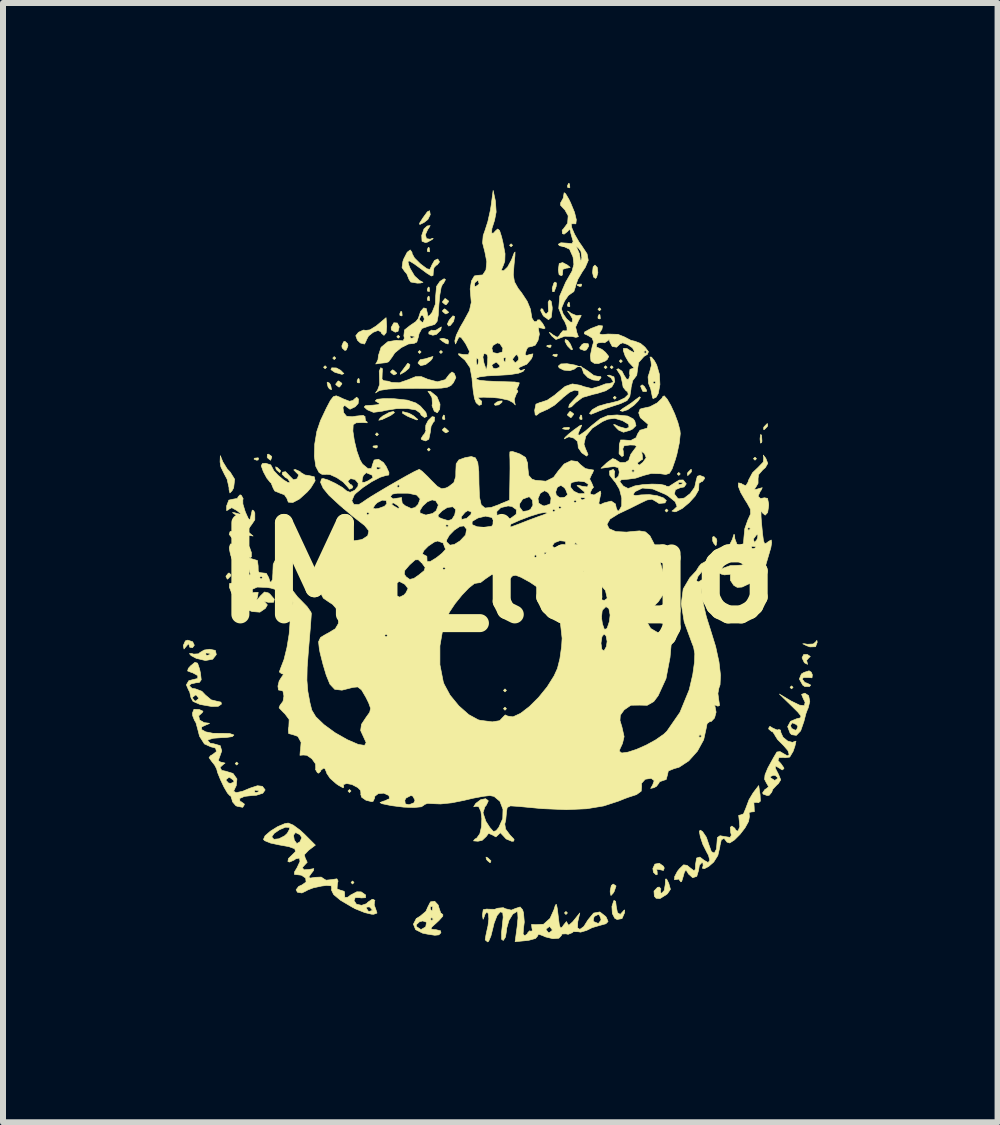
<source format=kicad_pcb>
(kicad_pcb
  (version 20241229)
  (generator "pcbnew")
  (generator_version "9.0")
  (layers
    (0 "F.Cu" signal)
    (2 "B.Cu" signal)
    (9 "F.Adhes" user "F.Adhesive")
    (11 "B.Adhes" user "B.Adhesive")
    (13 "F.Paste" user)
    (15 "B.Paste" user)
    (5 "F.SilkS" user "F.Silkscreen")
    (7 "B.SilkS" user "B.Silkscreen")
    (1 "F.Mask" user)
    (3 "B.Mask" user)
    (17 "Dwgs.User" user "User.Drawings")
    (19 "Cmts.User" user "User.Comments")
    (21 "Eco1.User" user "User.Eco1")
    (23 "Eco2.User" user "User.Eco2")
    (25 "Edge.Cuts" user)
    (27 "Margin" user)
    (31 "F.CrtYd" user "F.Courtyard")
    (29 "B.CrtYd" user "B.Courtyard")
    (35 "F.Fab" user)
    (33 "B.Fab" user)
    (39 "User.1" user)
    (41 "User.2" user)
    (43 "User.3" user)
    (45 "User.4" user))
  (footprint "IMI_logo"
    (layer "F.Cu")
    (at 5.237 6.498)
    (property "Reference" "IMI_logo" (at 0 0 0) (layer "F.SilkS") (effects (font (size 1.524 1.524) (thickness 0.3))))
    (attr through_hole)
    (fp_poly (pts (xy 1.403 -3.427) (xy 1.364 -3.441) (xy 1.395 -3.448) (xy 1.403 -3.427)) (stroke (width 0.01) (type solid)) (fill yes) (layer "F.SilkS"))
    (fp_poly (pts (xy -4.318 3.175) (xy -4.343 3.2) (xy -4.369 3.175) (xy -4.343 3.15) (xy -4.318 3.175)) (stroke (width 0.01) (type solid)) (fill yes) (layer "F.SilkS"))
    (fp_poly (pts (xy -3.556 -0.279) (xy -3.581 -0.254) (xy -3.607 -0.279) (xy -3.581 -0.305) (xy -3.556 -0.279)) (stroke (width 0.01) (type solid)) (fill yes) (layer "F.SilkS"))
    (fp_poly (pts (xy -2.845 -3.429) (xy -2.87 -3.404) (xy -2.896 -3.429) (xy -2.87 -3.454) (xy -2.845 -3.429)) (stroke (width 0.01) (type solid)) (fill yes) (layer "F.SilkS"))
    (fp_poly (pts (xy -2.692 -3.581) (xy -2.718 -3.556) (xy -2.743 -3.581) (xy -2.718 -3.607) (xy -2.692 -3.581)) (stroke (width 0.01) (type solid)) (fill yes) (layer "F.SilkS"))
    (fp_poly (pts (xy -2.438 3.632) (xy -2.464 3.658) (xy -2.489 3.632) (xy -2.464 3.607) (xy -2.438 3.632)) (stroke (width 0.01) (type solid)) (fill yes) (layer "F.SilkS"))
    (fp_poly (pts (xy -2.388 5.156) (xy -2.413 5.182) (xy -2.438 5.156) (xy -2.413 5.131) (xy -2.388 5.156)) (stroke (width 0.01) (type solid)) (fill yes) (layer "F.SilkS"))
    (fp_poly (pts (xy -1.981 -2.311) (xy -2.007 -2.286) (xy -2.032 -2.311) (xy -2.007 -2.337) (xy -1.981 -2.311)) (stroke (width 0.01) (type solid)) (fill yes) (layer "F.SilkS"))
    (fp_poly (pts (xy -1.626 -3.937) (xy -1.651 -3.912) (xy -1.676 -3.937) (xy -1.651 -3.962) (xy -1.626 -3.937)) (stroke (width 0.01) (type solid)) (fill yes) (layer "F.SilkS"))
    (fp_poly (pts (xy -1.27 -3.683) (xy -1.295 -3.658) (xy -1.321 -3.683) (xy -1.295 -3.708) (xy -1.27 -3.683)) (stroke (width 0.01) (type solid)) (fill yes) (layer "F.SilkS"))
    (fp_poly (pts (xy -1.118 -2.057) (xy -1.143 -2.032) (xy -1.168 -2.057) (xy -1.143 -2.083) (xy -1.118 -2.057)) (stroke (width 0.01) (type solid)) (fill yes) (layer "F.SilkS"))
    (fp_poly (pts (xy -0.914 -3.683) (xy -0.94 -3.658) (xy -0.965 -3.683) (xy -0.94 -3.708) (xy -0.914 -3.683)) (stroke (width 0.01) (type solid)) (fill yes) (layer "F.SilkS"))
    (fp_poly (pts (xy 0.152 1.956) (xy 0.127 1.981) (xy 0.102 1.956) (xy 0.127 1.93) (xy 0.152 1.956)) (stroke (width 0.01) (type solid)) (fill yes) (layer "F.SilkS"))
    (fp_poly (pts (xy 0.152 2.261) (xy 0.127 2.286) (xy 0.102 2.261) (xy 0.127 2.235) (xy 0.152 2.261)) (stroke (width 0.01) (type solid)) (fill yes) (layer "F.SilkS"))
    (fp_poly (pts (xy 0.254 -5.461) (xy 0.229 -5.436) (xy 0.203 -5.461) (xy 0.229 -5.486) (xy 0.254 -5.461)) (stroke (width 0.01) (type solid)) (fill yes) (layer "F.SilkS"))
    (fp_poly (pts (xy 1.168 5.664) (xy 1.143 5.69) (xy 1.118 5.664) (xy 1.143 5.639) (xy 1.168 5.664)) (stroke (width 0.01) (type solid)) (fill yes) (layer "F.SilkS"))
    (fp_poly (pts (xy 1.727 -4.394) (xy 1.702 -4.369) (xy 1.676 -4.394) (xy 1.702 -4.42) (xy 1.727 -4.394)) (stroke (width 0.01) (type solid)) (fill yes) (layer "F.SilkS"))
    (fp_poly (pts (xy 1.829 -3.429) (xy 1.803 -3.404) (xy 1.778 -3.429) (xy 1.803 -3.454) (xy 1.829 -3.429)) (stroke (width 0.01) (type solid)) (fill yes) (layer "F.SilkS"))
    (fp_poly (pts (xy 1.93 -3.429) (xy 1.905 -3.404) (xy 1.88 -3.429) (xy 1.905 -3.454) (xy 1.93 -3.429)) (stroke (width 0.01) (type solid)) (fill yes) (layer "F.SilkS"))
    (fp_poly (pts (xy 1.981 -2.921) (xy 1.956 -2.896) (xy 1.93 -2.921) (xy 1.956 -2.946) (xy 1.981 -2.921)) (stroke (width 0.01) (type solid)) (fill yes) (layer "F.SilkS"))
    (fp_poly (pts (xy 2.083 -3.531) (xy 2.057 -3.505) (xy 2.032 -3.531) (xy 2.057 -3.556) (xy 2.083 -3.531)) (stroke (width 0.01) (type solid)) (fill yes) (layer "F.SilkS"))
    (fp_poly (pts (xy 2.845 -1.041) (xy 2.819 -1.016) (xy 2.794 -1.041) (xy 2.819 -1.067) (xy 2.845 -1.041)) (stroke (width 0.01) (type solid)) (fill yes) (layer "F.SilkS"))
    (fp_poly (pts (xy 3.048 -1.651) (xy 3.023 -1.626) (xy 2.997 -1.651) (xy 3.023 -1.676) (xy 3.048 -1.651)) (stroke (width 0.01) (type solid)) (fill yes) (layer "F.SilkS"))
    (fp_poly (pts (xy 3.607 0.025) (xy 3.581 0.051) (xy 3.556 0.025) (xy 3.581 0) (xy 3.607 0.025)) (stroke (width 0.01) (type solid)) (fill yes) (layer "F.SilkS"))
    (fp_poly (pts (xy 4.318 -1.905) (xy 4.293 -1.88) (xy 4.267 -1.905) (xy 4.293 -1.93) (xy 4.318 -1.905)) (stroke (width 0.01) (type solid)) (fill yes) (layer "F.SilkS"))
    (fp_poly (pts (xy 4.928 1.905) (xy 4.902 1.93) (xy 4.877 1.905) (xy 4.902 1.88) (xy 4.928 1.905)) (stroke (width 0.01) (type solid)) (fill yes) (layer "F.SilkS"))
    (fp_poly (pts (xy -3.979 -1.913) (xy -3.986 -1.883) (xy -4.013 -1.88) (xy -4.055 -1.898) (xy -4.047 -1.913) (xy -3.987 -1.92) (xy -3.979 -1.913)) (stroke (width 0.01) (type solid)) (fill yes) (layer "F.SilkS"))
    (fp_poly (pts (xy -2.303 -3.234) (xy -2.297 -3.174) (xy -2.303 -3.167) (xy -2.333 -3.174) (xy -2.337 -3.2) (xy -2.318 -3.242) (xy -2.303 -3.234)) (stroke (width 0.01) (type solid)) (fill yes) (layer "F.SilkS"))
    (fp_poly (pts (xy -1.998 -2.117) (xy -2.005 -2.086) (xy -2.032 -2.083) (xy -2.074 -2.101) (xy -2.066 -2.117) (xy -2.006 -2.123) (xy -1.998 -2.117)) (stroke (width 0.01) (type solid)) (fill yes) (layer "F.SilkS"))
    (fp_poly (pts (xy -1.592 -4.352) (xy -1.586 -4.292) (xy -1.592 -4.284) (xy -1.622 -4.291) (xy -1.626 -4.318) (xy -1.607 -4.36) (xy -1.592 -4.352)) (stroke (width 0.01) (type solid)) (fill yes) (layer "F.SilkS"))
    (fp_poly (pts (xy -1.135 -5.419) (xy -1.128 -5.358) (xy -1.135 -5.351) (xy -1.165 -5.358) (xy -1.168 -5.385) (xy -1.15 -5.427) (xy -1.135 -5.419)) (stroke (width 0.01) (type solid)) (fill yes) (layer "F.SilkS"))
    (fp_poly (pts (xy -1.135 -4.758) (xy -1.128 -4.698) (xy -1.135 -4.691) (xy -1.165 -4.698) (xy -1.168 -4.724) (xy -1.15 -4.766) (xy -1.135 -4.758)) (stroke (width 0.01) (type solid)) (fill yes) (layer "F.SilkS"))
    (fp_poly (pts (xy -1.135 -4.606) (xy -1.128 -4.546) (xy -1.135 -4.538) (xy -1.165 -4.545) (xy -1.168 -4.572) (xy -1.15 -4.614) (xy -1.135 -4.606)) (stroke (width 0.01) (type solid)) (fill yes) (layer "F.SilkS"))
    (fp_poly (pts (xy -0.881 -2.625) (xy -0.874 -2.564) (xy -0.881 -2.557) (xy -0.911 -2.564) (xy -0.914 -2.591) (xy -0.896 -2.633) (xy -0.881 -2.625)) (stroke (width 0.01) (type solid)) (fill yes) (layer "F.SilkS"))
    (fp_poly (pts (xy 0.186 0.271) (xy 0.192 0.331) (xy 0.186 0.339) (xy 0.156 0.332) (xy 0.152 0.305) (xy 0.171 0.263) (xy 0.186 0.271)) (stroke (width 0.01) (type solid)) (fill yes) (layer "F.SilkS"))
    (fp_poly (pts (xy 0.897 -3.793) (xy 0.89 -3.763) (xy 0.864 -3.759) (xy 0.822 -3.778) (xy 0.83 -3.793) (xy 0.89 -3.799) (xy 0.897 -3.793)) (stroke (width 0.01) (type solid)) (fill yes) (layer "F.SilkS"))
    (fp_poly (pts (xy 0.999 -3.641) (xy 0.992 -3.61) (xy 0.965 -3.607) (xy 0.923 -3.625) (xy 0.931 -3.641) (xy 0.992 -3.647) (xy 0.999 -3.641)) (stroke (width 0.01) (type solid)) (fill yes) (layer "F.SilkS"))
    (fp_poly (pts (xy 1.202 -6.485) (xy 1.208 -6.425) (xy 1.202 -6.418) (xy 1.172 -6.425) (xy 1.168 -6.452) (xy 1.187 -6.493) (xy 1.202 -6.485)) (stroke (width 0.01) (type solid)) (fill yes) (layer "F.SilkS"))
    (fp_poly (pts (xy 1.202 -4.504) (xy 1.208 -4.444) (xy 1.202 -4.437) (xy 1.172 -4.444) (xy 1.168 -4.47) (xy 1.187 -4.512) (xy 1.202 -4.504)) (stroke (width 0.01) (type solid)) (fill yes) (layer "F.SilkS"))
    (fp_poly (pts (xy 1.205 -2.418) (xy 1.19 -2.395) (xy 1.139 -2.392) (xy 1.085 -2.404) (xy 1.108 -2.422) (xy 1.187 -2.428) (xy 1.205 -2.418)) (stroke (width 0.01) (type solid)) (fill yes) (layer "F.SilkS"))
    (fp_poly (pts (xy 1.405 -4.809) (xy 1.398 -4.779) (xy 1.372 -4.775) (xy 1.33 -4.794) (xy 1.338 -4.809) (xy 1.398 -4.815) (xy 1.405 -4.809)) (stroke (width 0.01) (type solid)) (fill yes) (layer "F.SilkS"))
    (fp_poly (pts (xy 1.405 -2.625) (xy 1.412 -2.564) (xy 1.405 -2.557) (xy 1.375 -2.564) (xy 1.372 -2.591) (xy 1.39 -2.633) (xy 1.405 -2.625)) (stroke (width 0.01) (type solid)) (fill yes) (layer "F.SilkS"))
    (fp_poly (pts (xy 1.71 -4.301) (xy 1.716 -4.241) (xy 1.71 -4.233) (xy 1.68 -4.24) (xy 1.676 -4.267) (xy 1.695 -4.309) (xy 1.71 -4.301)) (stroke (width 0.01) (type solid)) (fill yes) (layer "F.SilkS"))
    (fp_poly (pts (xy 4.402 -2.299) (xy 4.409 -2.195) (xy 4.402 -2.172) (xy 4.384 -2.165) (xy 4.377 -2.235) (xy 4.385 -2.307) (xy 4.402 -2.299)) (stroke (width 0.01) (type solid)) (fill yes) (layer "F.SilkS"))
    (fp_poly (pts (xy -3.665 -1.757) (xy -3.611 -1.706) (xy -3.622 -1.677) (xy -3.629 -1.676) (xy -3.672 -1.712) (xy -3.688 -1.735) (xy -3.694 -1.77) (xy -3.665 -1.757)) (stroke (width 0.01) (type solid)) (fill yes) (layer "F.SilkS"))
    (fp_poly (pts (xy -2.796 -3.163) (xy -2.776 -3.126) (xy -2.763 -3.055) (xy -2.798 -3.069) (xy -2.821 -3.102) (xy -2.837 -3.169) (xy -2.831 -3.181) (xy -2.796 -3.163)) (stroke (width 0.01) (type solid)) (fill yes) (layer "F.SilkS"))
    (fp_poly (pts (xy -1.667 -4.166) (xy -1.635 -4.102) (xy -1.655 -4.027) (xy -1.702 -4.013) (xy -1.766 -4.05) (xy -1.769 -4.092) (xy -1.725 -4.17) (xy -1.667 -4.166)) (stroke (width 0.01) (type solid)) (fill yes) (layer "F.SilkS"))
    (fp_poly (pts (xy -0.711 -4.273) (xy -0.729 -4.193) (xy -0.783 -4.125) (xy -0.812 -4.115) (xy -0.833 -4.149) (xy -0.802 -4.214) (xy -0.74 -4.286) (xy -0.711 -4.273)) (stroke (width 0.01) (type solid)) (fill yes) (layer "F.SilkS"))
    (fp_poly (pts (xy -0.16 4.745) (xy -0.106 4.796) (xy -0.117 4.826) (xy -0.124 4.826) (xy -0.167 4.79) (xy -0.183 4.767) (xy -0.189 4.733) (xy -0.16 4.745)) (stroke (width 0.01) (type solid)) (fill yes) (layer "F.SilkS"))
    (fp_poly (pts (xy 0.076 -2.844) (xy 0.022 -2.802) (xy -0.037 -2.795) (xy -0.051 -2.814) (xy -0.011 -2.847) (xy 0.028 -2.864) (xy 0.08 -2.868) (xy 0.076 -2.844)) (stroke (width 0.01) (type solid)) (fill yes) (layer "F.SilkS"))
    (fp_poly (pts (xy 0.986 -4.832) (xy 0.98 -4.775) (xy 0.946 -4.687) (xy 0.921 -4.688) (xy 0.914 -4.747) (xy 0.942 -4.831) (xy 0.96 -4.848) (xy 0.986 -4.832)) (stroke (width 0.01) (type solid)) (fill yes) (layer "F.SilkS"))
    (fp_poly (pts (xy 1.173 -3.876) (xy 1.217 -3.814) (xy 1.254 -3.726) (xy 1.233 -3.719) (xy 1.167 -3.786) (xy 1.127 -3.861) (xy 1.132 -3.892) (xy 1.173 -3.876)) (stroke (width 0.01) (type solid)) (fill yes) (layer "F.SilkS"))
    (fp_poly (pts (xy -4.437 0.031) (xy -4.445 0.051) (xy -4.491 0.099) (xy -4.499 0.102) (xy -4.521 0.062) (xy -4.521 0.051) (xy -4.482 0.002) (xy -4.467 0) (xy -4.437 0.031)) (stroke (width 0.01) (type solid)) (fill yes) (layer "F.SilkS"))
    (fp_poly (pts (xy -3.761 -1.944) (xy -3.759 -1.93) (xy -3.777 -1.881) (xy -3.782 -1.88) (xy -3.825 -1.915) (xy -3.835 -1.93) (xy -3.831 -1.977) (xy -3.813 -1.981) (xy -3.761 -1.944)) (stroke (width 0.01) (type solid)) (fill yes) (layer "F.SilkS"))
    (fp_poly (pts (xy -2.683 -3.417) (xy -2.611 -3.378) (xy -2.557 -3.323) (xy -2.588 -3.31) (xy -2.696 -3.341) (xy -2.714 -3.348) (xy -2.773 -3.39) (xy -2.76 -3.419) (xy -2.683 -3.417)) (stroke (width 0.01) (type solid)) (fill yes) (layer "F.SilkS"))
    (fp_poly (pts (xy -2.592 -3.162) (xy -2.591 -3.15) (xy -2.629 -3.1) (xy -2.642 -3.099) (xy -2.691 -3.137) (xy -2.692 -3.15) (xy -2.654 -3.199) (xy -2.642 -3.2) (xy -2.592 -3.162)) (stroke (width 0.01) (type solid)) (fill yes) (layer "F.SilkS"))
    (fp_poly (pts (xy -2.495 -3.82) (xy -2.489 -3.785) (xy -2.517 -3.717) (xy -2.54 -3.708) (xy -2.585 -3.75) (xy -2.591 -3.785) (xy -2.563 -3.852) (xy -2.54 -3.861) (xy -2.495 -3.82)) (stroke (width 0.01) (type solid)) (fill yes) (layer "F.SilkS"))
    (fp_poly (pts (xy -1.727 -3.378) (xy -1.679 -3.333) (xy -1.676 -3.324) (xy -1.716 -3.303) (xy -1.727 -3.302) (xy -1.776 -3.341) (xy -1.778 -3.356) (xy -1.747 -3.386) (xy -1.727 -3.378)) (stroke (width 0.01) (type solid)) (fill yes) (layer "F.SilkS"))
    (fp_poly (pts (xy -0.864 -4.394) (xy -0.815 -4.349) (xy -0.813 -4.34) (xy -0.852 -4.319) (xy -0.864 -4.318) (xy -0.912 -4.357) (xy -0.914 -4.372) (xy -0.883 -4.402) (xy -0.864 -4.394)) (stroke (width 0.01) (type solid)) (fill yes) (layer "F.SilkS"))
    (fp_poly (pts (xy -0.864 -2.413) (xy -0.815 -2.367) (xy -0.813 -2.359) (xy -0.852 -2.337) (xy -0.864 -2.337) (xy -0.912 -2.376) (xy -0.914 -2.391) (xy -0.883 -2.421) (xy -0.864 -2.413)) (stroke (width 0.01) (type solid)) (fill yes) (layer "F.SilkS"))
    (fp_poly (pts (xy -0.826 -3.888) (xy -0.813 -3.861) (xy -0.821 -3.816) (xy -0.865 -3.83) (xy -0.914 -3.861) (xy -0.961 -3.9) (xy -0.913 -3.911) (xy -0.902 -3.911) (xy -0.826 -3.888)) (stroke (width 0.01) (type solid)) (fill yes) (layer "F.SilkS"))
    (fp_poly (pts (xy -0.814 -4.533) (xy -0.813 -4.521) (xy -0.851 -4.472) (xy -0.864 -4.47) (xy -0.913 -4.509) (xy -0.914 -4.521) (xy -0.876 -4.571) (xy -0.864 -4.572) (xy -0.814 -4.533)) (stroke (width 0.01) (type solid)) (fill yes) (layer "F.SilkS"))
    (fp_poly (pts (xy 1.269 -2.654) (xy 1.27 -2.642) (xy 1.231 -2.592) (xy 1.219 -2.591) (xy 1.17 -2.629) (xy 1.168 -2.642) (xy 1.207 -2.691) (xy 1.219 -2.692) (xy 1.269 -2.654)) (stroke (width 0.01) (type solid)) (fill yes) (layer "F.SilkS"))
    (fp_poly (pts (xy 1.513 -3.821) (xy 1.524 -3.783) (xy 1.483 -3.717) (xy 1.448 -3.708) (xy 1.38 -3.733) (xy 1.372 -3.754) (xy 1.412 -3.809) (xy 1.448 -3.828) (xy 1.513 -3.821)) (stroke (width 0.01) (type solid)) (fill yes) (layer "F.SilkS"))
    (fp_poly (pts (xy 1.665 -5.091) (xy 1.675 -5.005) (xy 1.653 -4.926) (xy 1.636 -4.909) (xy 1.603 -4.932) (xy 1.586 -5.007) (xy 1.596 -5.101) (xy 1.626 -5.131) (xy 1.665 -5.091)) (stroke (width 0.01) (type solid)) (fill yes) (layer "F.SilkS"))
    (fp_poly (pts (xy 1.978 5.214) (xy 1.947 5.306) (xy 1.93 5.334) (xy 1.893 5.374) (xy 1.881 5.323) (xy 1.88 5.296) (xy 1.899 5.207) (xy 1.93 5.182) (xy 1.978 5.214)) (stroke (width 0.01) (type solid)) (fill yes) (layer "F.SilkS"))
    (fp_poly (pts (xy 2.448 -3.11) (xy 2.487 -3.045) (xy 2.482 -3.023) (xy 2.429 -3.025) (xy 2.421 -3.031) (xy 2.388 -3.109) (xy 2.388 -3.117) (xy 2.413 -3.136) (xy 2.448 -3.11)) (stroke (width 0.01) (type solid)) (fill yes) (layer "F.SilkS"))
    (fp_poly (pts (xy 3.235 -1.694) (xy 3.226 -1.676) (xy 3.178 -1.628) (xy 3.169 -1.626) (xy 3.166 -1.658) (xy 3.175 -1.676) (xy 3.223 -1.725) (xy 3.232 -1.727) (xy 3.235 -1.694)) (stroke (width 0.01) (type solid)) (fill yes) (layer "F.SilkS"))
    (fp_poly (pts (xy 3.652 -0.568) (xy 3.658 -0.533) (xy 3.647 -0.466) (xy 3.638 -0.457) (xy 3.605 -0.497) (xy 3.588 -0.533) (xy 3.587 -0.599) (xy 3.608 -0.61) (xy 3.652 -0.568)) (stroke (width 0.01) (type solid)) (fill yes) (layer "F.SilkS"))
    (fp_poly (pts (xy 4.505 -2.456) (xy 4.496 -2.438) (xy 4.448 -2.39) (xy 4.439 -2.388) (xy 4.436 -2.42) (xy 4.445 -2.438) (xy 4.493 -2.487) (xy 4.502 -2.489) (xy 4.505 -2.456)) (stroke (width 0.01) (type solid)) (fill yes) (layer "F.SilkS"))
    (fp_poly (pts (xy -1.714 -2.673) (xy -1.777 -2.626) (xy -1.797 -2.616) (xy -1.922 -2.557) (xy -1.976 -2.546) (xy -1.952 -2.582) (xy -1.908 -2.618) (xy -1.799 -2.677) (xy -1.73 -2.692) (xy -1.714 -2.673)) (stroke (width 0.01) (type solid)) (fill yes) (layer "F.SilkS"))
    (fp_poly (pts (xy -1.471 -2.662) (xy -1.394 -2.618) (xy -1.326 -2.559) (xy -1.341 -2.55) (xy -1.442 -2.589) (xy -1.499 -2.614) (xy -1.579 -2.661) (xy -1.582 -2.687) (xy -1.572 -2.688) (xy -1.471 -2.662)) (stroke (width 0.01) (type solid)) (fill yes) (layer "F.SilkS"))
    (fp_poly (pts (xy -1.464 -3.479) (xy -1.456 -3.468) (xy -1.473 -3.412) (xy -1.54 -3.355) (xy -1.616 -3.311) (xy -1.616 -3.329) (xy -1.576 -3.383) (xy -1.516 -3.464) (xy -1.493 -3.496) (xy -1.464 -3.479)) (stroke (width 0.01) (type solid)) (fill yes) (layer "F.SilkS"))
    (fp_poly (pts (xy -1.118 -5.973) (xy -1.118 -5.971) (xy -1.158 -5.891) (xy -1.223 -5.84) (xy -1.292 -5.807) (xy -1.297 -5.827) (xy -1.242 -5.914) (xy -1.167 -6.018) (xy -1.129 -6.037) (xy -1.118 -5.973)) (stroke (width 0.01) (type solid)) (fill yes) (layer "F.SilkS"))
    (fp_poly (pts (xy -4.18 -0.492) (xy -4.129 -0.429) (xy -4.098 -0.34) (xy -4.098 -0.27) (xy -4.12 -0.254) (xy -4.165 -0.292) (xy -4.166 -0.301) (xy -4.182 -0.384) (xy -4.2 -0.436) (xy -4.208 -0.497) (xy -4.18 -0.492)) (stroke (width 0.01) (type solid)) (fill yes) (layer "F.SilkS"))
    (fp_poly (pts (xy 1.294 -3.465) (xy 1.364 -3.441) (xy 1.324 -3.432) (xy 1.285 -3.399) (xy 1.208 -3.372) (xy 1.107 -3.381) (xy 1.03 -3.419) (xy 1.016 -3.448) (xy 1.058 -3.484) (xy 1.161 -3.488) (xy 1.294 -3.465)) (stroke (width 0.01) (type solid)) (fill yes) (layer "F.SilkS"))
    (fp_poly (pts (xy 5.215 1.392) (xy 5.191 1.411) (xy 5.153 1.457) (xy 5.159 1.478) (xy 5.169 1.522) (xy 5.123 1.499) (xy 5.114 1.49) (xy 5.077 1.413) (xy 5.104 1.358) (xy 5.166 1.357) (xy 5.215 1.392)) (stroke (width 0.01) (type solid)) (fill yes) (layer "F.SilkS"))
    (fp_poly (pts (xy 5.33 1.153) (xy 5.302 1.228) (xy 5.209 1.231) (xy 5.156 1.212) (xy 5.089 1.179) (xy 5.116 1.178) (xy 5.166 1.187) (xy 5.264 1.182) (xy 5.302 1.15) (xy 5.324 1.122) (xy 5.33 1.153)) (stroke (width 0.01) (type solid)) (fill yes) (layer "F.SilkS"))
    (fp_poly (pts (xy -1.087 -3.57) (xy -1.111 -3.54) (xy -1.195 -3.474) (xy -1.276 -3.456) (xy -1.32 -3.494) (xy -1.321 -3.505) (xy -1.285 -3.555) (xy -1.274 -3.556) (xy -1.191 -3.572) (xy -1.134 -3.591) (xy -1.072 -3.608) (xy -1.087 -3.57)) (stroke (width 0.01) (type solid)) (fill yes) (layer "F.SilkS"))
    (fp_poly (pts (xy -0.943 -4.048) (xy -0.944 -4.046) (xy -1.016 -3.976) (xy -1.075 -3.962) (xy -1.142 -3.984) (xy -1.141 -4.017) (xy -1.093 -4.049) (xy -1.079 -4.042) (xy -1.022 -4.046) (xy -0.981 -4.072) (xy -0.933 -4.101) (xy -0.943 -4.048)) (stroke (width 0.01) (type solid)) (fill yes) (layer "F.SilkS"))
    (fp_poly (pts (xy 2.384 -2.924) (xy 2.343 -2.864) (xy 2.276 -2.796) (xy 2.171 -2.721) (xy 2.086 -2.694) (xy 2.046 -2.706) (xy 2.097 -2.746) (xy 2.108 -2.752) (xy 2.234 -2.834) (xy 2.299 -2.885) (xy 2.371 -2.937) (xy 2.384 -2.924)) (stroke (width 0.01) (type solid)) (fill yes) (layer "F.SilkS"))
    (fp_poly (pts (xy -5.077 1.145) (xy -5.049 1.203) (xy -5.079 1.244) (xy -5.126 1.236) (xy -5.132 1.209) (xy -5.146 1.176) (xy -5.182 1.219) (xy -5.221 1.266) (xy -5.231 1.218) (xy -5.232 1.206) (xy -5.198 1.131) (xy -5.159 1.118) (xy -5.077 1.145)) (stroke (width 0.01) (type solid)) (fill yes) (layer "F.SilkS"))
    (fp_poly (pts (xy -1.12 -3.026) (xy -1.111 -3.023) (xy -1.007 -2.939) (xy -0.955 -2.814) (xy -0.961 -2.729) (xy -1.001 -2.67) (xy -1.051 -2.697) (xy -1.088 -2.787) (xy -1.083 -2.826) (xy -1.089 -2.921) (xy -1.119 -2.974) (xy -1.157 -3.029) (xy -1.12 -3.026)) (stroke (width 0.01) (type solid)) (fill yes) (layer "F.SilkS"))
    (fp_poly (pts (xy 1.168 -5.131) (xy 1.214 -5.092) (xy 1.165 -5.081) (xy 1.153 -5.081) (xy 1.09 -5.06) (xy 1.09 -5.033) (xy 1.084 -4.967) (xy 1.068 -4.954) (xy 1.029 -4.971) (xy 1.016 -5.052) (xy 1.031 -5.157) (xy 1.088 -5.173) (xy 1.168 -5.131)) (stroke (width 0.01) (type solid)) (fill yes) (layer "F.SilkS"))
    (fp_poly (pts (xy 2.767 4.885) (xy 2.781 4.915) (xy 2.768 4.956) (xy 2.714 4.944) (xy 2.653 4.935) (xy 2.662 4.97) (xy 2.665 5.023) (xy 2.645 5.029) (xy 2.601 4.987) (xy 2.591 4.924) (xy 2.625 4.85) (xy 2.698 4.836) (xy 2.767 4.885)) (stroke (width 0.01) (type solid)) (fill yes) (layer "F.SilkS"))
    (fp_poly (pts (xy 1.423 -3.421) (xy 1.515 -3.362) (xy 1.608 -3.291) (xy 1.676 -3.277) (xy 1.678 -3.278) (xy 1.724 -3.272) (xy 1.727 -3.254) (xy 1.69 -3.207) (xy 1.594 -3.217) (xy 1.511 -3.255) (xy 1.437 -3.331) (xy 1.422 -3.381) (xy 1.403 -3.427) (xy 1.423 -3.421)) (stroke (width 0.01) (type solid)) (fill yes) (layer "F.SilkS"))
    (fp_poly (pts (xy -4.574 -1.852) (xy -4.501 -1.734) (xy -4.451 -1.681) (xy -4.377 -1.562) (xy -4.394 -1.419) (xy -4.42 -1.372) (xy -4.456 -1.334) (xy -4.47 -1.386) (xy -4.471 -1.422) (xy -4.503 -1.564) (xy -4.548 -1.648) (xy -4.607 -1.769) (xy -4.62 -1.851) (xy -4.616 -1.956) (xy -4.574 -1.852)) (stroke (width 0.01) (type solid)) (fill yes) (layer "F.SilkS"))
    (fp_poly (pts (xy -1.144 -5.746) (xy -1.16 -5.725) (xy -1.199 -5.638) (xy -1.181 -5.572) (xy -1.119 -5.562) (xy -1.101 -5.57) (xy -1.069 -5.578) (xy -1.081 -5.561) (xy -1.163 -5.514) (xy -1.198 -5.506) (xy -1.255 -5.528) (xy -1.26 -5.626) (xy -1.222 -5.734) (xy -1.168 -5.783) (xy -1.119 -5.79) (xy -1.144 -5.746)) (stroke (width 0.01) (type solid)) (fill yes) (layer "F.SilkS"))
    (fp_poly (pts (xy 1.971 5.47) (xy 1.981 5.554) (xy 2.001 5.659) (xy 2.048 5.688) (xy 2.102 5.629) (xy 2.103 5.626) (xy 2.121 5.613) (xy 2.12 5.66) (xy 2.077 5.758) (xy 1.995 5.773) (xy 1.956 5.752) (xy 1.916 5.673) (xy 1.909 5.556) (xy 1.939 5.462) (xy 1.945 5.455) (xy 1.971 5.47)) (stroke (width 0.01) (type solid)) (fill yes) (layer "F.SilkS"))
    (fp_poly (pts (xy -1.046 -2.598) (xy -1.05 -2.529) (xy -1.066 -2.515) (xy -1.104 -2.446) (xy -1.118 -2.342) (xy -1.142 -2.23) (xy -1.194 -2.201) (xy -1.261 -2.223) (xy -1.27 -2.241) (xy -1.233 -2.301) (xy -1.218 -2.312) (xy -1.189 -2.373) (xy -1.196 -2.391) (xy -1.192 -2.464) (xy -1.151 -2.544) (xy -1.086 -2.606) (xy -1.046 -2.598)) (stroke (width 0.01) (type solid)) (fill yes) (layer "F.SilkS"))
    (fp_poly (pts (xy 5.23 1.652) (xy 5.249 1.696) (xy 5.243 1.746) (xy 5.178 1.741) (xy 5.099 1.742) (xy 5.08 1.768) (xy 5.122 1.822) (xy 5.169 1.839) (xy 5.221 1.867) (xy 5.202 1.891) (xy 5.124 1.892) (xy 5.088 1.867) (xy 5.032 1.766) (xy 5.066 1.682) (xy 5.11 1.656) (xy 5.194 1.629) (xy 5.23 1.652)) (stroke (width 0.01) (type solid)) (fill yes) (layer "F.SilkS"))
    (fp_poly (pts (xy 0.898 -4.525) (xy 0.914 -4.427) (xy 0.914 -4.397) (xy 0.899 -4.261) (xy 0.853 -4.221) (xy 0.775 -4.277) (xy 0.761 -4.294) (xy 0.722 -4.371) (xy 0.729 -4.404) (xy 0.759 -4.398) (xy 0.762 -4.377) (xy 0.8 -4.321) (xy 0.819 -4.318) (xy 0.854 -4.358) (xy 0.849 -4.42) (xy 0.847 -4.514) (xy 0.868 -4.55) (xy 0.898 -4.525)) (stroke (width 0.01) (type solid)) (fill yes) (layer "F.SilkS"))
    (fp_poly (pts (xy 2.82 5.099) (xy 2.856 5.17) (xy 2.884 5.27) (xy 2.834 5.344) (xy 2.815 5.359) (xy 2.709 5.425) (xy 2.645 5.419) (xy 2.616 5.385) (xy 2.61 5.3) (xy 2.668 5.238) (xy 2.698 5.232) (xy 2.726 5.264) (xy 2.718 5.283) (xy 2.722 5.33) (xy 2.74 5.334) (xy 2.78 5.29) (xy 2.797 5.194) (xy 2.802 5.099) (xy 2.82 5.099)) (stroke (width 0.01) (type solid)) (fill yes) (layer "F.SilkS"))
    (fp_poly (pts (xy -1.844 -4.109) (xy -1.853 -4.003) (xy -1.889 -3.96) (xy -1.931 -3.995) (xy -1.941 -4.02) (xy -1.988 -4.042) (xy -2.069 -4.011) (xy -2.146 -3.95) (xy -2.184 -3.88) (xy -2.184 -3.874) (xy -2.213 -3.815) (xy -2.282 -3.833) (xy -2.331 -3.879) (xy -2.359 -3.954) (xy -2.314 -4.011) (xy -2.23 -4.049) (xy -2.191 -4.043) (xy -2.124 -4.052) (xy -2.021 -4.115) (xy -1.998 -4.134) (xy -1.854 -4.255) (xy -1.844 -4.109)) (stroke (width 0.01) (type solid)) (fill yes) (layer "F.SilkS"))
    (fp_poly (pts (xy -4.699 1.289) (xy -4.683 1.357) (xy -4.683 1.359) (xy -4.743 1.436) (xy -4.864 1.458) (xy -5.016 1.422) (xy -5.101 1.377) (xy -5.131 1.343) (xy -5.095 1.34) (xy -5.06 1.351) (xy -4.978 1.346) (xy -4.969 1.338) (xy -4.86 1.338) (xy -4.853 1.368) (xy -4.826 1.372) (xy -4.784 1.353) (xy -4.792 1.338) (xy -4.852 1.332) (xy -4.86 1.338) (xy -4.969 1.338) (xy -4.955 1.324) (xy -4.884 1.283) (xy -4.794 1.27) (xy -4.699 1.289)) (stroke (width 0.01) (type solid)) (fill yes) (layer "F.SilkS"))
    (fp_poly (pts (xy 2.568 -3.598) (xy 2.618 -3.535) (xy 2.655 -3.467) (xy 2.7 -3.313) (xy 2.709 -3.141) (xy 2.682 -2.994) (xy 2.646 -2.93) (xy 2.595 -2.906) (xy 2.585 -2.924) (xy 2.556 -3.068) (xy 2.52 -3.158) (xy 2.519 -3.175) (xy 2.591 -3.175) (xy 2.616 -3.15) (xy 2.642 -3.175) (xy 2.616 -3.2) (xy 2.591 -3.175) (xy 2.519 -3.175) (xy 2.511 -3.269) (xy 2.536 -3.345) (xy 2.567 -3.46) (xy 2.56 -3.527) (xy 2.543 -3.599) (xy 2.568 -3.598)) (stroke (width 0.01) (type solid)) (fill yes) (layer "F.SilkS"))
    (fp_poly (pts (xy -1.715 -2.904) (xy -1.5 -2.881) (xy -1.357 -2.833) (xy -1.283 -2.781) (xy -1.191 -2.677) (xy -1.172 -2.61) (xy -1.214 -2.591) (xy -1.269 -2.631) (xy -1.288 -2.667) (xy -1.357 -2.717) (xy -1.495 -2.741) (xy -1.673 -2.74) (xy -1.864 -2.71) (xy -1.915 -2.697) (xy -2.064 -2.677) (xy -2.168 -2.721) (xy -2.219 -2.767) (xy -2.197 -2.789) (xy -2.087 -2.796) (xy -2.083 -2.796) (xy -1.984 -2.806) (xy -1.96 -2.823) (xy -1.968 -2.828) (xy -2.034 -2.868) (xy -2.005 -2.895) (xy -1.888 -2.907) (xy -1.715 -2.904)) (stroke (width 0.01) (type solid)) (fill yes) (layer "F.SilkS"))
    (fp_poly (pts (xy -1.914 -3.404) (xy -1.919 -3.324) (xy -1.922 -3.233) (xy -1.899 -3.206) (xy -1.819 -3.196) (xy -1.761 -3.176) (xy -1.635 -3.17) (xy -1.489 -3.22) (xy -1.362 -3.272) (xy -1.267 -3.273) (xy -1.158 -3.228) (xy -0.998 -3.186) (xy -0.868 -3.222) (xy -0.798 -3.314) (xy -0.756 -3.35) (xy -0.718 -3.325) (xy -0.691 -3.256) (xy -0.733 -3.17) (xy -0.773 -3.125) (xy -0.833 -3.096) (xy -0.931 -3.081) (xy -1.088 -3.075) (xy -1.324 -3.077) (xy -1.355 -3.077) (xy -1.614 -3.076) (xy -1.818 -3.065) (xy -1.949 -3.045) (xy -1.981 -3.032) (xy -2.03 -3.001) (xy -2.004 -3.037) (xy -1.997 -3.045) (xy -1.961 -3.143) (xy -1.964 -3.252) (xy -1.968 -3.363) (xy -1.943 -3.421) (xy -1.914 -3.404)) (stroke (width 0.01) (type solid)) (fill yes) (layer "F.SilkS"))
    (fp_poly (pts (xy 5.187 2.044) (xy 5.206 2.141) (xy 5.178 2.252) (xy 5.171 2.263) (xy 5.141 2.344) (xy 5.109 2.47) (xy 5.108 2.473) (xy 5.054 2.629) (xy 4.982 2.705) (xy 4.903 2.693) (xy 4.878 2.668) (xy 4.837 2.56) (xy 4.849 2.538) (xy 4.884 2.538) (xy 4.901 2.588) (xy 4.964 2.619) (xy 4.986 2.611) (xy 5.008 2.557) (xy 4.984 2.525) (xy 4.915 2.496) (xy 4.884 2.538) (xy 4.849 2.538) (xy 4.885 2.47) (xy 4.988 2.428) (xy 5.05 2.413) (xy 5.059 2.382) (xy 5.008 2.318) (xy 4.902 2.213) (xy 4.699 2.016) (xy 4.892 2.131) (xy 5.035 2.201) (xy 5.116 2.209) (xy 5.128 2.154) (xy 5.097 2.091) (xy 5.069 2.022) (xy 5.119 2.003) (xy 5.126 2.003) (xy 5.187 2.044)) (stroke (width 0.01) (type solid)) (fill yes) (layer "F.SilkS"))
    (fp_poly (pts (xy -1.422 -5.343) (xy -1.42 -5.321) (xy -1.381 -5.25) (xy -1.289 -5.158) (xy -1.271 -5.143) (xy -1.174 -5.07) (xy -1.126 -5.059) (xy -1.1 -5.107) (xy -1.092 -5.13) (xy -1.046 -5.209) (xy -0.993 -5.233) (xy -0.965 -5.188) (xy -0.965 -5.182) (xy -1.004 -5.132) (xy -1.016 -5.131) (xy -1.056 -5.088) (xy -1.067 -5.023) (xy -1.071 -4.958) (xy -1.1 -4.949) (xy -1.176 -4.997) (xy -1.232 -5.039) (xy -1.383 -5.15) (xy -1.465 -5.2) (xy -1.491 -5.191) (xy -1.473 -5.124) (xy -1.452 -5.072) (xy -1.379 -4.949) (xy -1.295 -4.873) (xy -1.288 -4.87) (xy -1.239 -4.844) (xy -1.28 -4.832) (xy -1.333 -4.83) (xy -1.443 -4.849) (xy -1.473 -4.896) (xy -1.509 -4.986) (xy -1.544 -5.025) (xy -1.588 -5.09) (xy -1.574 -5.191) (xy -1.559 -5.234) (xy -1.502 -5.345) (xy -1.451 -5.384) (xy -1.422 -5.343)) (stroke (width 0.01) (type solid)) (fill yes) (layer "F.SilkS"))
    (fp_poly (pts (xy -3.776 -1.802) (xy -3.756 -1.765) (xy -3.725 -1.705) (xy -3.652 -1.627) (xy -3.564 -1.553) (xy -3.489 -1.507) (xy -3.455 -1.511) (xy -3.454 -1.515) (xy -3.495 -1.573) (xy -3.534 -1.594) (xy -3.585 -1.646) (xy -3.579 -1.68) (xy -3.53 -1.689) (xy -3.469 -1.625) (xy -3.398 -1.553) (xy -3.338 -1.57) (xy -3.335 -1.573) (xy -3.309 -1.635) (xy -3.353 -1.678) (xy -3.392 -1.718) (xy -3.368 -1.726) (xy -3.287 -1.69) (xy -3.277 -1.676) (xy -3.205 -1.633) (xy -3.15 -1.626) (xy -3.05 -1.604) (xy -3.036 -1.537) (xy -3.107 -1.421) (xy -3.166 -1.352) (xy -3.297 -1.234) (xy -3.408 -1.175) (xy -3.483 -1.181) (xy -3.505 -1.241) (xy -3.548 -1.304) (xy -3.619 -1.33) (xy -3.709 -1.367) (xy -3.734 -1.412) (xy -3.769 -1.499) (xy -3.786 -1.513) (xy -3.842 -1.583) (xy -3.899 -1.689) (xy -3.934 -1.787) (xy -3.915 -1.824) (xy -3.86 -1.829) (xy -3.776 -1.802)) (stroke (width 0.01) (type solid)) (fill yes) (layer "F.SilkS"))
    (fp_poly (pts (xy -4.995 1.502) (xy -4.962 1.599) (xy -4.947 1.667) (xy -4.934 1.779) (xy -4.965 1.823) (xy -5.023 1.829) (xy -5.109 1.849) (xy -5.131 1.88) (xy -5.088 1.921) (xy -5.03 1.93) (xy -4.924 1.97) (xy -4.865 2.032) (xy -4.768 2.113) (xy -4.684 2.134) (xy -4.605 2.151) (xy -4.597 2.184) (xy -4.651 2.221) (xy -4.758 2.224) (xy -4.939 2.193) (xy -4.953 2.19) (xy -5.071 2.139) (xy -5.101 2.083) (xy -5.08 2.083) (xy -5.041 2.132) (xy -5.029 2.134) (xy -4.98 2.095) (xy -4.978 2.083) (xy -5.017 2.033) (xy -5.029 2.032) (xy -5.079 2.071) (xy -5.08 2.083) (xy -5.101 2.083) (xy -5.106 2.073) (xy -5.127 1.978) (xy -5.144 1.951) (xy -5.182 1.863) (xy -5.141 1.794) (xy -5.08 1.778) (xy -4.993 1.757) (xy -4.991 1.71) (xy -5.075 1.663) (xy -5.087 1.66) (xy -5.161 1.632) (xy -5.149 1.588) (xy -5.11 1.546) (xy -5.039 1.488) (xy -4.995 1.502)) (stroke (width 0.01) (type solid)) (fill yes) (layer "F.SilkS"))
    (fp_poly (pts (xy 1.943 -3.269) (xy 1.957 -3.19) (xy 1.908 -3.102) (xy 1.806 -3.037) (xy 1.655 -2.989) (xy 1.611 -2.981) (xy 1.42 -2.926) (xy 1.307 -2.841) (xy 1.234 -2.769) (xy 1.188 -2.758) (xy 1.2 -2.807) (xy 1.265 -2.878) (xy 1.356 -2.975) (xy 1.357 -3.033) (xy 1.29 -3.048) (xy 1.205 -3.013) (xy 1.097 -2.927) (xy 1.073 -2.903) (xy 0.951 -2.796) (xy 0.827 -2.723) (xy 0.812 -2.718) (xy 0.704 -2.67) (xy 0.654 -2.629) (xy 0.631 -2.634) (xy 0.622 -2.712) (xy 0.643 -2.814) (xy 0.72 -2.845) (xy 0.728 -2.845) (xy 0.83 -2.879) (xy 0.954 -2.963) (xy 0.988 -2.993) (xy 1.129 -3.109) (xy 1.249 -3.151) (xy 1.384 -3.128) (xy 1.438 -3.107) (xy 1.574 -3.074) (xy 1.692 -3.109) (xy 1.692 -3.109) (xy 1.802 -3.152) (xy 1.867 -3.158) (xy 1.925 -3.176) (xy 1.93 -3.194) (xy 1.891 -3.255) (xy 1.867 -3.268) (xy 1.833 -3.292) (xy 1.864 -3.298) (xy 1.943 -3.269)) (stroke (width 0.01) (type solid)) (fill yes) (layer "F.SilkS"))
    (fp_poly (pts (xy 2.006 -2.633) (xy 2.172 -2.616) (xy 2.265 -2.567) (xy 2.29 -2.533) (xy 2.31 -2.456) (xy 2.254 -2.4) (xy 2.21 -2.378) (xy 2.101 -2.346) (xy 2.022 -2.381) (xy 1.992 -2.41) (xy 1.936 -2.472) (xy 1.956 -2.474) (xy 2.025 -2.44) (xy 2.142 -2.407) (xy 2.193 -2.426) (xy 2.188 -2.477) (xy 2.091 -2.536) (xy 2.082 -2.54) (xy 1.955 -2.578) (xy 1.843 -2.563) (xy 1.751 -2.524) (xy 1.58 -2.412) (xy 1.473 -2.28) (xy 1.443 -2.147) (xy 1.468 -2.073) (xy 1.511 -1.976) (xy 1.488 -1.948) (xy 1.411 -2) (xy 1.403 -2.008) (xy 1.348 -2.088) (xy 1.345 -2.132) (xy 1.336 -2.193) (xy 1.271 -2.249) (xy 1.194 -2.27) (xy 1.171 -2.262) (xy 1.116 -2.235) (xy 1.128 -2.259) (xy 1.194 -2.32) (xy 1.274 -2.383) (xy 1.373 -2.454) (xy 1.406 -2.465) (xy 1.388 -2.418) (xy 1.374 -2.392) (xy 1.34 -2.307) (xy 1.37 -2.297) (xy 1.465 -2.363) (xy 1.579 -2.462) (xy 1.717 -2.572) (xy 1.839 -2.623) (xy 1.994 -2.634) (xy 2.006 -2.633)) (stroke (width 0.01) (type solid)) (fill yes) (layer "F.SilkS"))
    (fp_poly (pts (xy -0.985 5.533) (xy -0.974 5.575) (xy -0.943 5.665) (xy -0.908 5.69) (xy -0.909 5.718) (xy -0.972 5.789) (xy -1 5.815) (xy -1.09 5.897) (xy -1.107 5.932) (xy -1.056 5.941) (xy -1.026 5.942) (xy -0.947 5.961) (xy -0.94 5.994) (xy -0.975 6.029) (xy -1.041 6.036) (xy -1.165 6.017) (xy -1.245 6.001) (xy -1.362 5.942) (xy -1.395 5.86) (xy -1.351 5.86) (xy -1.346 5.892) (xy -1.273 5.941) (xy -1.198 5.898) (xy -1.192 5.889) (xy -1.18 5.818) (xy -1.243 5.797) (xy -1.296 5.81) (xy -1.351 5.86) (xy -1.395 5.86) (xy -1.399 5.851) (xy -1.355 5.766) (xy -1.118 5.766) (xy -1.092 5.791) (xy -1.067 5.766) (xy -1.092 5.74) (xy -1.118 5.766) (xy -1.355 5.766) (xy -1.351 5.758) (xy -1.285 5.717) (xy -1.191 5.638) (xy -1.168 5.588) (xy -1.118 5.588) (xy -1.099 5.63) (xy -1.084 5.622) (xy -1.078 5.562) (xy -1.084 5.554) (xy -1.114 5.561) (xy -1.118 5.588) (xy -1.168 5.588) (xy -1.158 5.564) (xy -1.114 5.479) (xy -1.044 5.469) (xy -0.985 5.533)) (stroke (width 0.01) (type solid)) (fill yes) (layer "F.SilkS"))
    (fp_poly (pts (xy 4.589 2.584) (xy 4.663 2.616) (xy 4.691 2.607) (xy 4.719 2.618) (xy 4.724 2.657) (xy 4.76 2.736) (xy 4.838 2.8) (xy 4.919 2.822) (xy 4.946 2.809) (xy 4.976 2.801) (xy 4.959 2.882) (xy 4.928 2.972) (xy 4.871 3.067) (xy 4.792 3.078) (xy 4.775 3.073) (xy 4.692 3.075) (xy 4.676 3.124) (xy 4.724 3.175) (xy 4.773 3.245) (xy 4.775 3.26) (xy 4.746 3.281) (xy 4.699 3.251) (xy 4.635 3.213) (xy 4.632 3.252) (xy 4.686 3.357) (xy 4.722 3.446) (xy 4.681 3.511) (xy 4.661 3.527) (xy 4.589 3.604) (xy 4.572 3.651) (xy 4.531 3.702) (xy 4.496 3.708) (xy 4.428 3.683) (xy 4.42 3.662) (xy 4.46 3.605) (xy 4.483 3.594) (xy 4.52 3.56) (xy 4.481 3.493) (xy 4.453 3.438) (xy 4.457 3.392) (xy 4.548 3.392) (xy 4.552 3.412) (xy 4.619 3.454) (xy 4.626 3.454) (xy 4.673 3.42) (xy 4.674 3.412) (xy 4.632 3.374) (xy 4.6 3.37) (xy 4.548 3.392) (xy 4.457 3.392) (xy 4.46 3.363) (xy 4.507 3.249) (xy 4.601 3.078) (xy 4.658 2.982) (xy 4.71 2.975) (xy 4.756 3.002) (xy 4.834 3.047) (xy 4.863 3.025) (xy 4.842 2.959) (xy 4.768 2.873) (xy 4.763 2.868) (xy 4.67 2.775) (xy 4.624 2.702) (xy 4.623 2.695) (xy 4.586 2.644) (xy 4.572 2.642) (xy 4.524 2.602) (xy 4.521 2.585) (xy 4.541 2.554) (xy 4.589 2.584)) (stroke (width 0.01) (type solid)) (fill yes) (layer "F.SilkS"))
    (fp_poly (pts (xy -0.864 -4.889) (xy -0.899 -4.823) (xy -0.91 -4.818) (xy -0.936 -4.762) (xy -0.959 -4.633) (xy -0.974 -4.471) (xy -0.985 -4.293) (xy -1.004 -4.192) (xy -1.043 -4.143) (xy -1.114 -4.12) (xy -1.143 -4.115) (xy -1.258 -4.074) (xy -1.306 -3.985) (xy -1.312 -3.946) (xy -1.342 -3.848) (xy -1.388 -3.826) (xy -1.482 -3.816) (xy -1.603 -3.755) (xy -1.709 -3.668) (xy -1.756 -3.596) (xy -1.812 -3.52) (xy -1.853 -3.505) (xy -1.968 -3.493) (xy -1.99 -3.488) (xy -2.029 -3.484) (xy -2.019 -3.492) (xy -1.989 -3.554) (xy -1.981 -3.625) (xy -1.937 -3.761) (xy -1.825 -3.854) (xy -1.678 -3.878) (xy -1.661 -3.875) (xy -1.569 -3.869) (xy -1.549 -3.913) (xy -1.556 -3.945) (xy -1.456 -3.945) (xy -1.449 -3.915) (xy -1.422 -3.912) (xy -1.381 -3.93) (xy -1.389 -3.945) (xy -1.449 -3.952) (xy -1.456 -3.945) (xy -1.556 -3.945) (xy -1.558 -3.953) (xy -1.547 -4.05) (xy -1.455 -4.123) (xy -1.358 -4.189) (xy -1.325 -4.231) (xy -1.3 -4.231) (xy -1.293 -4.213) (xy -1.244 -4.168) (xy -1.22 -4.219) (xy -1.219 -4.245) (xy -1.244 -4.297) (xy -1.271 -4.292) (xy -1.3 -4.231) (xy -1.325 -4.231) (xy -1.317 -4.242) (xy -1.279 -4.358) (xy -1.228 -4.417) (xy -1.184 -4.407) (xy -1.167 -4.331) (xy -1.158 -4.275) (xy -1.123 -4.298) (xy -1.087 -4.343) (xy -1.033 -4.479) (xy -1.028 -4.611) (xy -1.013 -4.777) (xy -0.955 -4.861) (xy -0.887 -4.904) (xy -0.864 -4.889)) (stroke (width 0.01) (type solid)) (fill yes) (layer "F.SilkS"))
    (fp_poly (pts (xy 4.378 3.696) (xy 4.383 3.801) (xy 4.351 3.828) (xy 4.326 3.822) (xy 4.274 3.823) (xy 4.279 3.899) (xy 4.282 3.977) (xy 4.24 3.98) (xy 4.194 3.989) (xy 4.2 4.058) (xy 4.186 4.139) (xy 4.127 4.246) (xy 4.042 4.356) (xy 3.95 4.448) (xy 3.872 4.498) (xy 3.827 4.484) (xy 3.826 4.483) (xy 3.778 4.421) (xy 3.732 4.445) (xy 3.709 4.544) (xy 3.708 4.562) (xy 3.674 4.706) (xy 3.605 4.816) (xy 3.52 4.89) (xy 3.448 4.927) (xy 3.415 4.918) (xy 3.429 4.877) (xy 3.425 4.83) (xy 3.407 4.826) (xy 3.366 4.869) (xy 3.353 4.953) (xy 3.323 5.054) (xy 3.255 5.077) (xy 3.183 5.013) (xy 3.172 4.991) (xy 3.142 4.946) (xy 3.116 4.986) (xy 3.097 5.055) (xy 3.071 5.14) (xy 3.055 5.146) (xy 3.054 5.141) (xy 3.02 5.098) (xy 2.997 5.105) (xy 2.952 5.111) (xy 2.955 5.057) (xy 3.001 4.97) (xy 3.033 4.93) (xy 3.103 4.862) (xy 3.162 4.871) (xy 3.211 4.911) (xy 3.277 4.962) (xy 3.3 4.934) (xy 3.302 4.859) (xy 3.32 4.749) (xy 3.375 4.733) (xy 3.443 4.785) (xy 3.511 4.824) (xy 3.54 4.79) (xy 3.519 4.705) (xy 3.495 4.662) (xy 3.425 4.523) (xy 3.383 4.398) (xy 3.365 4.301) (xy 3.384 4.285) (xy 3.42 4.31) (xy 3.483 4.403) (xy 3.523 4.522) (xy 3.566 4.642) (xy 3.615 4.667) (xy 3.651 4.599) (xy 3.658 4.516) (xy 3.666 4.408) (xy 3.71 4.377) (xy 3.789 4.391) (xy 3.88 4.405) (xy 3.899 4.367) (xy 3.887 4.32) (xy 3.881 4.237) (xy 3.908 4.216) (xy 3.96 4.255) (xy 3.962 4.27) (xy 3.994 4.3) (xy 4.013 4.292) (xy 4.04 4.226) (xy 4.031 4.13) (xy 4.021 4.038) (xy 4.052 4.031) (xy 4.101 4.014) (xy 4.138 3.925) (xy 4.194 3.776) (xy 4.262 3.663) (xy 4.355 3.541) (xy 4.378 3.696)) (stroke (width 0.01) (type solid)) (fill yes) (layer "F.SilkS"))
    (fp_poly (pts (xy 1.753 -4.118) (xy 1.742 -4.06) (xy 1.719 -4.029) (xy 1.698 -3.985) (xy 1.747 -3.973) (xy 1.843 -3.982) (xy 2.01 -3.977) (xy 2.117 -3.934) (xy 2.226 -3.877) (xy 2.291 -3.862) (xy 2.385 -3.826) (xy 2.46 -3.763) (xy 2.518 -3.688) (xy 2.5 -3.643) (xy 2.443 -3.609) (xy 2.354 -3.508) (xy 2.337 -3.402) (xy 2.323 -3.296) (xy 2.289 -3.251) (xy 2.289 -3.251) (xy 2.255 -3.206) (xy 2.229 -3.095) (xy 2.226 -3.061) (xy 2.207 -2.942) (xy 2.16 -2.873) (xy 2.055 -2.824) (xy 1.981 -2.8) (xy 1.824 -2.748) (xy 1.696 -2.7) (xy 1.664 -2.686) (xy 1.561 -2.645) (xy 1.535 -2.66) (xy 1.582 -2.722) (xy 1.683 -2.78) (xy 1.832 -2.823) (xy 1.872 -2.83) (xy 2.013 -2.865) (xy 2.123 -2.918) (xy 2.182 -2.976) (xy 2.169 -3.024) (xy 2.146 -3.035) (xy 2.096 -3.097) (xy 2.083 -3.169) (xy 2.057 -3.287) (xy 2.022 -3.343) (xy 1.989 -3.394) (xy 2.018 -3.404) (xy 2.078 -3.361) (xy 2.108 -3.301) (xy 2.152 -3.231) (xy 2.186 -3.227) (xy 2.21 -3.291) (xy 2.202 -3.329) (xy 2.21 -3.394) (xy 2.242 -3.404) (xy 2.28 -3.419) (xy 2.256 -3.442) (xy 2.189 -3.514) (xy 2.13 -3.616) (xy 2.098 -3.709) (xy 2.103 -3.745) (xy 2.159 -3.741) (xy 2.209 -3.709) (xy 2.27 -3.676) (xy 2.278 -3.683) (xy 2.438 -3.683) (xy 2.464 -3.658) (xy 2.489 -3.683) (xy 2.464 -3.708) (xy 2.438 -3.683) (xy 2.278 -3.683) (xy 2.286 -3.69) (xy 2.251 -3.752) (xy 2.172 -3.807) (xy 2.089 -3.836) (xy 2.043 -3.817) (xy 1.987 -3.763) (xy 1.915 -3.775) (xy 1.876 -3.846) (xy 1.876 -3.848) (xy 1.862 -3.895) (xy 1.847 -3.876) (xy 1.787 -3.836) (xy 1.754 -3.842) (xy 1.674 -3.834) (xy 1.653 -3.813) (xy 1.652 -3.764) (xy 1.67 -3.759) (xy 1.742 -3.727) (xy 1.802 -3.677) (xy 1.856 -3.609) (xy 1.831 -3.559) (xy 1.797 -3.532) (xy 1.683 -3.49) (xy 1.617 -3.493) (xy 1.56 -3.532) (xy 1.549 -3.62) (xy 1.581 -3.775) (xy 1.604 -3.85) (xy 1.579 -3.916) (xy 1.514 -3.956) (xy 1.448 -3.987) (xy 1.455 -4.017) (xy 1.546 -4.067) (xy 1.563 -4.076) (xy 1.69 -4.124) (xy 1.753 -4.118)) (stroke (width 0.01) (type solid)) (fill yes) (layer "F.SilkS"))
    (fp_poly (pts (xy -4.967 2.274) (xy -4.904 2.303) (xy -4.916 2.325) (xy -4.976 2.379) (xy -4.962 2.448) (xy -4.886 2.493) (xy -4.864 2.495) (xy -4.795 2.504) (xy -4.824 2.52) (xy -4.839 2.524) (xy -4.926 2.564) (xy -4.928 2.608) (xy -4.861 2.646) (xy -4.74 2.67) (xy -4.583 2.671) (xy -4.461 2.674) (xy -4.391 2.698) (xy -4.389 2.7) (xy -4.418 2.726) (xy -4.521 2.741) (xy -4.594 2.743) (xy -4.732 2.753) (xy -4.815 2.778) (xy -4.826 2.794) (xy -4.784 2.836) (xy -4.727 2.845) (xy -4.618 2.876) (xy -4.592 2.963) (xy -4.622 3.047) (xy -4.651 3.126) (xy -4.607 3.152) (xy -4.586 3.154) (xy -4.537 3.167) (xy -4.559 3.183) (xy -4.62 3.237) (xy -4.594 3.288) (xy -4.527 3.302) (xy -4.405 3.339) (xy -4.339 3.431) (xy -4.351 3.545) (xy -4.36 3.56) (xy -4.394 3.635) (xy -4.358 3.657) (xy -4.341 3.658) (xy -4.241 3.635) (xy -4.214 3.624) (xy -4.047 3.624) (xy -4.04 3.654) (xy -4.013 3.658) (xy -3.971 3.639) (xy -3.979 3.624) (xy -4.04 3.618) (xy -4.047 3.624) (xy -4.214 3.624) (xy -4.122 3.585) (xy -3.997 3.544) (xy -3.915 3.554) (xy -3.869 3.614) (xy -3.908 3.669) (xy -4.015 3.703) (xy -4.089 3.708) (xy -4.215 3.722) (xy -4.29 3.755) (xy -4.293 3.759) (xy -4.289 3.806) (xy -4.27 3.81) (xy -4.218 3.847) (xy -4.216 3.861) (xy -4.243 3.904) (xy -4.332 3.887) (xy -4.356 3.878) (xy -4.414 3.811) (xy -4.42 3.78) (xy -4.442 3.715) (xy -4.458 3.708) (xy -4.496 3.667) (xy -4.555 3.566) (xy -4.608 3.454) (xy -4.521 3.454) (xy -4.48 3.499) (xy -4.442 3.505) (xy -4.389 3.481) (xy -4.394 3.454) (xy -4.459 3.406) (xy -4.473 3.404) (xy -4.52 3.442) (xy -4.521 3.454) (xy -4.608 3.454) (xy -4.615 3.439) (xy -4.662 3.323) (xy -4.677 3.264) (xy -4.711 3.199) (xy -4.756 3.143) (xy -4.804 3.076) (xy -4.775 3.04) (xy -4.752 3.03) (xy -4.68 2.974) (xy -4.695 2.917) (xy -4.773 2.896) (xy -4.881 2.848) (xy -4.962 2.72) (xy -4.994 2.596) (xy -5.022 2.494) (xy -5.045 2.457) (xy -5.076 2.38) (xy -5.08 2.333) (xy -5.055 2.27) (xy -4.967 2.274)) (stroke (width 0.01) (type solid)) (fill yes) (layer "F.SilkS"))
    (fp_poly (pts (xy 1.137 -6.32) (xy 1.189 -6.233) (xy 1.219 -6.172) (xy 1.286 -6.01) (xy 1.316 -5.886) (xy 1.308 -5.818) (xy 1.265 -5.82) (xy 1.23 -5.817) (xy 1.241 -5.751) (xy 1.287 -5.644) (xy 1.359 -5.519) (xy 1.404 -5.456) (xy 1.495 -5.318) (xy 1.515 -5.21) (xy 1.464 -5.091) (xy 1.415 -5.019) (xy 1.34 -4.891) (xy 1.302 -4.779) (xy 1.301 -4.769) (xy 1.274 -4.688) (xy 1.245 -4.67) (xy 1.184 -4.626) (xy 1.119 -4.531) (xy 1.075 -4.428) (xy 1.07 -4.394) (xy 1.097 -4.316) (xy 1.156 -4.233) (xy 1.22 -4.18) (xy 1.251 -4.181) (xy 1.25 -4.241) (xy 1.214 -4.304) (xy 1.169 -4.365) (xy 1.194 -4.354) (xy 1.23 -4.326) (xy 1.324 -4.287) (xy 1.378 -4.297) (xy 1.398 -4.29) (xy 1.361 -4.222) (xy 1.357 -4.217) (xy 1.304 -4.099) (xy 1.326 -4.004) (xy 1.351 -3.938) (xy 1.309 -3.927) (xy 1.247 -3.941) (xy 1.123 -3.946) (xy 1.047 -3.917) (xy 0.976 -3.891) (xy 0.908 -3.949) (xy 0.864 -4.01) (xy 0.89 -3.998) (xy 0.926 -3.969) (xy 0.999 -3.927) (xy 1.038 -3.962) (xy 1.046 -3.982) (xy 1.094 -4.038) (xy 1.123 -4.035) (xy 1.162 -4.037) (xy 1.16 -4.099) (xy 1.122 -4.192) (xy 1.091 -4.239) (xy 1.023 -4.409) (xy 1.04 -4.617) (xy 1.14 -4.848) (xy 1.159 -4.88) (xy 1.245 -5.031) (xy 1.275 -5.144) (xy 1.262 -5.26) (xy 1.259 -5.271) (xy 1.203 -5.396) (xy 1.116 -5.436) (xy 1.116 -5.436) (xy 1.06 -5.448) (xy 1.308 -5.448) (xy 1.321 -5.426) (xy 1.366 -5.325) (xy 1.377 -5.26) (xy 1.385 -5.19) (xy 1.399 -5.219) (xy 1.408 -5.251) (xy 1.393 -5.359) (xy 1.351 -5.416) (xy 1.308 -5.448) (xy 1.06 -5.448) (xy 1.034 -5.454) (xy 1.016 -5.479) (xy 1.059 -5.503) (xy 1.151 -5.497) (xy 1.245 -5.489) (xy 1.263 -5.526) (xy 1.253 -5.559) (xy 1.223 -5.666) (xy 1.218 -5.706) (xy 1.198 -5.725) (xy 1.17 -5.691) (xy 1.112 -5.646) (xy 1.084 -5.656) (xy 1.08 -5.713) (xy 1.098 -5.73) (xy 1.171 -5.828) (xy 1.18 -5.953) (xy 1.123 -6.055) (xy 1.113 -6.063) (xy 1.053 -6.128) (xy 1.054 -6.168) (xy 1.097 -6.245) (xy 1.099 -6.253) (xy 1.113 -6.337) (xy 1.113 -6.337) (xy 1.137 -6.32)) (stroke (width 0.01) (type solid)) (fill yes) (layer "F.SilkS"))
    (fp_poly (pts (xy -3.402 4.2) (xy -3.285 4.286) (xy -3.216 4.35) (xy -3.032 4.534) (xy -3.143 4.618) (xy -3.216 4.694) (xy -3.2 4.755) (xy -3.197 4.758) (xy -3.168 4.82) (xy -3.196 4.849) (xy -3.251 4.909) (xy -3.22 4.945) (xy -3.137 4.939) (xy -3.058 4.925) (xy -3.064 4.959) (xy -3.099 5.003) (xy -3.144 5.068) (xy -3.116 5.083) (xy -3.035 5.07) (xy -2.935 5.066) (xy -2.896 5.093) (xy -2.854 5.118) (xy -2.765 5.109) (xy -2.673 5.095) (xy -2.654 5.132) (xy -2.666 5.18) (xy -2.671 5.263) (xy -2.62 5.283) (xy -2.553 5.303) (xy -2.546 5.321) (xy -2.542 5.406) (xy -2.49 5.401) (xy -2.446 5.366) (xy -2.341 5.311) (xy -2.268 5.313) (xy -2.194 5.365) (xy -2.197 5.41) (xy -2.272 5.414) (xy -2.286 5.41) (xy -2.368 5.407) (xy -2.388 5.458) (xy -2.348 5.518) (xy -2.262 5.537) (xy -2.179 5.509) (xy -2.159 5.486) (xy -2.087 5.437) (xy -2.071 5.436) (xy -2.039 5.456) (xy -2.047 5.468) (xy -2.052 5.532) (xy -2.028 5.595) (xy -2.005 5.666) (xy -2.06 5.686) (xy -2.094 5.685) (xy -2.21 5.658) (xy -2.361 5.597) (xy -2.384 5.585) (xy -2.184 5.585) (xy -2.148 5.637) (xy -2.134 5.639) (xy -2.084 5.621) (xy -2.083 5.616) (xy -2.118 5.573) (xy -2.134 5.563) (xy -2.18 5.567) (xy -2.184 5.585) (xy -2.384 5.585) (xy -2.412 5.571) (xy -2.614 5.452) (xy -2.728 5.357) (xy -2.765 5.28) (xy -2.76 5.253) (xy -2.767 5.212) (xy -2.846 5.206) (xy -2.929 5.216) (xy -3.068 5.246) (xy -3.162 5.282) (xy -3.172 5.29) (xy -3.257 5.331) (xy -3.331 5.319) (xy -3.353 5.278) (xy -3.311 5.222) (xy -3.255 5.197) (xy -3.187 5.149) (xy -3.194 5.083) (xy -3.265 5.035) (xy -3.313 5.029) (xy -3.381 5.022) (xy -3.38 4.981) (xy -3.336 4.908) (xy -3.288 4.804) (xy -3.298 4.749) (xy -3.36 4.763) (xy -3.387 4.783) (xy -3.462 4.816) (xy -3.49 4.807) (xy -3.481 4.757) (xy -3.425 4.703) (xy -3.362 4.64) (xy -3.377 4.594) (xy -3.478 4.558) (xy -3.636 4.53) (xy -3.781 4.499) (xy -3.878 4.459) (xy -3.897 4.438) (xy -3.879 4.398) (xy -3.759 4.398) (xy -3.723 4.437) (xy -3.64 4.428) (xy -3.545 4.379) (xy -3.533 4.368) (xy -3.397 4.368) (xy -3.383 4.451) (xy -3.341 4.508) (xy -3.29 4.479) (xy -3.258 4.41) (xy -3.291 4.359) (xy -3.362 4.324) (xy -3.397 4.368) (xy -3.533 4.368) (xy -3.5 4.337) (xy -3.461 4.265) (xy -3.466 4.239) (xy -3.53 4.235) (xy -3.628 4.276) (xy -3.719 4.338) (xy -3.759 4.397) (xy -3.759 4.398) (xy -3.879 4.398) (xy -3.87 4.378) (xy -3.781 4.301) (xy -3.661 4.226) (xy -3.543 4.176) (xy -3.485 4.166) (xy -3.402 4.2)) (stroke (width 0.01) (type solid)) (fill yes) (layer "F.SilkS"))
    (fp_poly (pts (xy 1 5.597) (xy 1.014 5.715) (xy 1.032 5.859) (xy 1.052 5.916) (xy 1.081 5.9) (xy 1.103 5.867) (xy 1.151 5.807) (xy 1.168 5.838) (xy 1.168 5.842) (xy 1.191 5.87) (xy 1.257 5.81) (xy 1.272 5.791) (xy 1.374 5.664) (xy 1.34 5.811) (xy 1.336 5.912) (xy 1.375 5.938) (xy 1.441 5.89) (xy 1.505 5.788) (xy 1.597 5.788) (xy 1.61 5.81) (xy 1.684 5.84) (xy 1.726 5.786) (xy 1.727 5.766) (xy 1.701 5.698) (xy 1.679 5.69) (xy 1.613 5.723) (xy 1.597 5.788) (xy 1.505 5.788) (xy 1.514 5.775) (xy 1.604 5.666) (xy 1.708 5.647) (xy 1.805 5.723) (xy 1.815 5.737) (xy 1.845 5.806) (xy 1.808 5.844) (xy 1.713 5.87) (xy 1.579 5.909) (xy 1.487 5.955) (xy 1.487 5.955) (xy 1.388 5.984) (xy 1.348 5.977) (xy 1.267 5.976) (xy 1.245 5.994) (xy 1.18 6.02) (xy 1.141 6.012) (xy 1.077 6.015) (xy 1.067 6.04) (xy 1.025 6.085) (xy 0.925 6.093) (xy 0.802 6.063) (xy 0.758 6.043) (xy 0.683 6.016) (xy 0.672 6.047) (xy 0.636 6.089) (xy 0.527 6.119) (xy 0.491 6.124) (xy 0.296 6.143) (xy 0.33 5.891) (xy 0.344 5.747) (xy 0.339 5.656) (xy 0.328 5.639) (xy 0.257 5.683) (xy 0.193 5.789) (xy 0.156 5.918) (xy 0.154 5.953) (xy 0.135 6.066) (xy 0.099 6.123) (xy 0.071 6.103) (xy 0.07 5.991) (xy 0.081 5.891) (xy 0.097 5.735) (xy 0.09 5.66) (xy 0.055 5.646) (xy 0.046 5.649) (xy -0.005 5.708) (xy -0.054 5.834) (xy -0.072 5.909) (xy -0.107 6.048) (xy -0.144 6.134) (xy -0.161 6.147) (xy -0.202 6.113) (xy -0.202 6.109) (xy -0.191 6.038) (xy -0.164 5.912) (xy -0.156 5.88) (xy -0.142 5.762) (xy -0.15 5.677) (xy -0.175 5.646) (xy -0.207 5.689) (xy -0.219 5.727) (xy -0.237 5.769) (xy -0.247 5.714) (xy -0.248 5.696) (xy -0.235 5.609) (xy -0.172 5.598) (xy -0.158 5.601) (xy -0.044 5.603) (xy 0.005 5.585) (xy 0.099 5.576) (xy 0.135 5.594) (xy 0.233 5.617) (xy 0.3 5.59) (xy 0.38 5.564) (xy 0.421 5.612) (xy 0.436 5.663) (xy 0.449 5.816) (xy 0.436 5.918) (xy 0.429 6.015) (xy 0.456 6.045) (xy 0.506 6.006) (xy 0.508 5.991) (xy 0.539 5.961) (xy 0.558 5.969) (xy 0.586 5.96) (xy 0.583 5.944) (xy 0.813 5.944) (xy 0.851 5.993) (xy 0.864 5.994) (xy 0.913 5.956) (xy 0.914 5.944) (xy 0.876 5.894) (xy 0.864 5.893) (xy 0.814 5.931) (xy 0.813 5.944) (xy 0.583 5.944) (xy 0.576 5.915) (xy 0.57 5.855) (xy 0.637 5.859) (xy 0.64 5.859) (xy 0.77 5.852) (xy 0.878 5.755) (xy 0.942 5.613) (xy 0.968 5.531) (xy 0.985 5.522) (xy 1 5.597)) (stroke (width 0.01) (type solid)) (fill yes) (layer "F.SilkS"))
    (fp_poly (pts (xy -0.032 -6.197) (xy -0.02 -6.015) (xy -0.047 -5.876) (xy -0.091 -5.739) (xy -0.096 -5.664) (xy -0.064 -5.664) (xy -0.034 -5.698) (xy 0.005 -5.733) (xy 0.037 -5.707) (xy 0.07 -5.604) (xy 0.093 -5.508) (xy 0.128 -5.32) (xy 0.124 -5.194) (xy 0.099 -5.126) (xy 0.066 -5.048) (xy 0.094 -5.035) (xy 0.109 -5.04) (xy 0.171 -5.099) (xy 0.234 -5.215) (xy 0.243 -5.236) (xy 0.279 -5.33) (xy 0.295 -5.349) (xy 0.293 -5.284) (xy 0.278 -5.136) (xy 0.266 -4.967) (xy 0.285 -4.852) (xy 0.345 -4.745) (xy 0.404 -4.669) (xy 0.497 -4.528) (xy 0.552 -4.395) (xy 0.559 -4.349) (xy 0.576 -4.247) (xy 0.615 -4.187) (xy 0.657 -4.192) (xy 0.669 -4.217) (xy 0.703 -4.219) (xy 0.754 -4.159) (xy 0.796 -4.082) (xy 0.776 -4.069) (xy 0.739 -4.081) (xy 0.683 -4.088) (xy 0.685 -4.066) (xy 0.7 -3.98) (xy 0.678 -3.877) (xy 0.632 -3.797) (xy 0.582 -3.778) (xy 0.511 -3.762) (xy 0.487 -3.726) (xy 0.461 -3.64) (xy 0.489 -3.625) (xy 0.539 -3.641) (xy 0.593 -3.652) (xy 0.583 -3.604) (xy 0.563 -3.564) (xy 0.49 -3.479) (xy 0.43 -3.454) (xy 0.364 -3.425) (xy 0.356 -3.401) (xy 0.389 -3.372) (xy 0.419 -3.383) (xy 0.456 -3.395) (xy 0.428 -3.359) (xy 0.352 -3.329) (xy 0.204 -3.305) (xy 0.013 -3.294) (xy 0.009 -3.293) (xy -0.169 -3.285) (xy -0.298 -3.268) (xy -0.355 -3.246) (xy -0.356 -3.244) (xy -0.342 -3.225) (xy -0.29 -3.211) (xy -0.186 -3.2) (xy -0.013 -3.192) (xy 0.245 -3.184) (xy 0.29 -3.183) (xy 0.366 -3.169) (xy 0.353 -3.121) (xy 0.347 -3.114) (xy 0.32 -3.059) (xy 0.334 -3.048) (xy 0.342 -3.021) (xy 0.319 -2.991) (xy 0.283 -2.898) (xy 0.288 -2.851) (xy 0.299 -2.8) (xy 0.265 -2.838) (xy 0.186 -2.881) (xy 0.033 -2.914) (xy -0.083 -2.925) (xy -0.229 -2.93) (xy -0.312 -2.926) (xy -0.318 -2.915) (xy -0.261 -2.862) (xy -0.265 -2.808) (xy -0.304 -2.794) (xy -0.353 -2.837) (xy -0.381 -2.908) (xy -0.402 -3.032) (xy -0.419 -3.198) (xy -0.422 -3.243) (xy -0.455 -3.422) (xy -0.531 -3.535) (xy -0.352 -3.535) (xy -0.342 -3.469) (xy -0.325 -3.468) (xy -0.313 -3.536) (xy -0.321 -3.566) (xy -0.343 -3.585) (xy -0.352 -3.535) (xy -0.531 -3.535) (xy -0.537 -3.544) (xy -0.561 -3.565) (xy -0.602 -3.6) (xy -0.241 -3.6) (xy -0.223 -3.497) (xy -0.222 -3.496) (xy -0.182 -3.378) (xy -0.169 -3.458) (xy -0.092 -3.458) (xy -0.067 -3.412) (xy -0.025 -3.404) (xy 0.038 -3.429) (xy 0.041 -3.458) (xy -0.011 -3.511) (xy -0.025 -3.513) (xy -0.085 -3.473) (xy -0.092 -3.458) (xy -0.169 -3.458) (xy -0.163 -3.497) (xy -0.161 -3.556) (xy 0.102 -3.556) (xy 0.12 -3.514) (xy 0.135 -3.522) (xy 0.139 -3.553) (xy 0.254 -3.553) (xy 0.293 -3.507) (xy 0.305 -3.505) (xy 0.349 -3.547) (xy 0.356 -3.584) (xy 0.331 -3.637) (xy 0.305 -3.632) (xy 0.256 -3.567) (xy 0.254 -3.553) (xy 0.139 -3.553) (xy 0.142 -3.582) (xy 0.135 -3.59) (xy 0.105 -3.583) (xy 0.102 -3.556) (xy -0.161 -3.556) (xy -0.159 -3.601) (xy -0.174 -3.645) (xy -0.221 -3.658) (xy -0.241 -3.6) (xy -0.602 -3.6) (xy -0.643 -3.634) (xy -0.647 -3.655) (xy -0.577 -3.643) (xy -0.572 -3.641) (xy -0.481 -3.639) (xy -0.465 -3.694) (xy -0.491 -3.747) (xy -0.092 -3.747) (xy -0.074 -3.674) (xy 0 -3.658) (xy 0.083 -3.683) (xy 0.092 -3.747) (xy 0.042 -3.822) (xy 0 -3.835) (xy -0.072 -3.793) (xy -0.092 -3.747) (xy -0.491 -3.747) (xy -0.523 -3.811) (xy -0.543 -3.843) (xy -0.605 -3.928) (xy -0.64 -3.933) (xy -0.667 -3.88) (xy -0.696 -3.817) (xy -0.706 -3.849) (xy -0.708 -3.872) (xy -0.684 -3.962) (xy -0.618 -4.098) (xy -0.561 -4.195) (xy -0.465 -4.372) (xy -0.434 -4.51) (xy -0.44 -4.576) (xy -0.453 -4.734) (xy -0.438 -4.826) (xy -0.381 -4.826) (xy -0.377 -4.779) (xy -0.359 -4.775) (xy -0.307 -4.812) (xy -0.305 -4.826) (xy -0.322 -4.875) (xy -0.327 -4.877) (xy -0.371 -4.841) (xy -0.381 -4.826) (xy -0.438 -4.826) (xy -0.431 -4.868) (xy -0.383 -4.95) (xy -0.329 -4.96) (xy -0.244 -4.967) (xy -0.19 -5.05) (xy -0.176 -5.186) (xy -0.207 -5.346) (xy -0.246 -5.5) (xy -0.236 -5.623) (xy -0.206 -5.707) (xy -0.158 -5.857) (xy -0.116 -6.046) (xy -0.104 -6.121) (xy -0.07 -6.375) (xy -0.032 -6.197)) (stroke (width 0.01) (type solid)) (fill yes) (layer "F.SilkS"))
    (fp_poly (pts (xy 2.83 -2.897) (xy 2.892 -2.789) (xy 2.955 -2.652) (xy 3.008 -2.509) (xy 3.042 -2.381) (xy 3.048 -2.323) (xy 3.032 -2.168) (xy 2.991 -1.977) (xy 2.964 -1.885) (xy 2.912 -1.735) (xy 2.867 -1.661) (xy 2.806 -1.642) (xy 2.715 -1.655) (xy 2.565 -1.659) (xy 2.441 -1.627) (xy 2.305 -1.581) (xy 2.181 -1.564) (xy 2.065 -1.554) (xy 2.04 -1.522) (xy 2.095 -1.454) (xy 2.101 -1.447) (xy 2.178 -1.409) (xy 2.216 -1.421) (xy 2.292 -1.452) (xy 2.424 -1.473) (xy 2.576 -1.482) (xy 2.713 -1.478) (xy 2.799 -1.46) (xy 2.812 -1.448) (xy 2.857 -1.44) (xy 2.936 -1.491) (xy 2.962 -1.507) (xy 3.014 -1.507) (xy 3.021 -1.477) (xy 3.048 -1.473) (xy 3.09 -1.492) (xy 3.082 -1.507) (xy 3.022 -1.513) (xy 3.014 -1.507) (xy 2.962 -1.507) (xy 3.03 -1.549) (xy 3.096 -1.551) (xy 3.148 -1.486) (xy 3.112 -1.434) (xy 3.048 -1.422) (xy 2.967 -1.388) (xy 2.95 -1.316) (xy 3.004 -1.247) (xy 3.025 -1.236) (xy 3.115 -1.249) (xy 3.213 -1.324) (xy 3.288 -1.429) (xy 3.311 -1.533) (xy 3.311 -1.535) (xy 3.332 -1.612) (xy 3.375 -1.626) (xy 3.445 -1.599) (xy 3.454 -1.575) (xy 3.416 -1.525) (xy 3.404 -1.524) (xy 3.359 -1.495) (xy 3.359 -1.486) (xy 3.354 -1.384) (xy 3.294 -1.28) (xy 3.196 -1.172) (xy 3.081 -1.076) (xy 2.98 -1.024) (xy 2.955 -1.02) (xy 2.909 -1.033) (xy 2.934 -1.05) (xy 2.995 -1.108) (xy 2.963 -1.189) (xy 2.843 -1.286) (xy 2.8 -1.311) (xy 2.591 -1.4) (xy 2.418 -1.416) (xy 2.296 -1.357) (xy 2.288 -1.349) (xy 2.261 -1.302) (xy 2.304 -1.29) (xy 2.396 -1.302) (xy 2.532 -1.307) (xy 2.664 -1.288) (xy 2.767 -1.252) (xy 2.816 -1.208) (xy 2.793 -1.168) (xy 2.694 -1.159) (xy 2.643 -1.192) (xy 2.577 -1.23) (xy 2.494 -1.217) (xy 2.388 -1.167) (xy 2.214 -1.08) (xy 2.033 -0.994) (xy 2.019 -0.988) (xy 1.877 -0.899) (xy 1.827 -0.812) (xy 1.862 -0.739) (xy 1.973 -0.691) (xy 2.152 -0.682) (xy 2.22 -0.689) (xy 2.367 -0.702) (xy 2.468 -0.685) (xy 2.542 -0.62) (xy 2.608 -0.493) (xy 2.682 -0.285) (xy 2.688 -0.268) (xy 2.766 0.001) (xy 2.792 0.203) (xy 2.764 0.356) (xy 2.681 0.48) (xy 2.642 0.518) (xy 2.514 0.668) (xy 2.485 0.805) (xy 2.555 0.923) (xy 2.697 1.007) (xy 2.905 1.092) (xy 2.877 1.408) (xy 2.81 1.759) (xy 2.68 2.043) (xy 2.606 2.142) (xy 2.497 2.204) (xy 2.37 2.201) (xy 2.225 2.203) (xy 2.116 2.278) (xy 2.111 2.283) (xy 2.049 2.369) (xy 2.043 2.457) (xy 2.076 2.566) (xy 2.112 2.726) (xy 2.085 2.84) (xy 2.043 2.931) (xy 2.032 2.968) (xy 2.072 2.999) (xy 2.175 2.985) (xy 2.319 2.938) (xy 2.482 2.866) (xy 2.64 2.779) (xy 2.727 2.718) (xy 3.353 2.718) (xy 3.378 2.743) (xy 3.404 2.718) (xy 3.378 2.692) (xy 3.353 2.718) (xy 2.727 2.718) (xy 2.772 2.687) (xy 2.825 2.636) (xy 3.043 2.321) (xy 3.197 1.946) (xy 3.256 1.692) (xy 3.285 1.485) (xy 3.29 1.344) (xy 3.27 1.234) (xy 3.24 1.158) (xy 3.113 0.812) (xy 3.065 0.513) (xy 3.097 0.266) (xy 3.209 0.076) (xy 3.227 0.058) (xy 3.312 -0.033) (xy 3.352 -0.097) (xy 3.353 -0.101) (xy 3.396 -0.152) (xy 3.505 -0.212) (xy 3.643 -0.266) (xy 3.777 -0.3) (xy 3.83 -0.305) (xy 3.928 -0.32) (xy 3.962 -0.351) (xy 3.922 -0.377) (xy 3.861 -0.37) (xy 3.779 -0.371) (xy 3.759 -0.4) (xy 3.792 -0.44) (xy 4.233 -0.44) (xy 4.24 -0.41) (xy 4.267 -0.406) (xy 4.309 -0.425) (xy 4.301 -0.44) (xy 4.241 -0.446) (xy 4.233 -0.44) (xy 3.792 -0.44) (xy 3.797 -0.445) (xy 3.818 -0.445) (xy 3.874 -0.477) (xy 3.915 -0.559) (xy 3.942 -0.644) (xy 3.953 -0.635) (xy 3.957 -0.572) (xy 3.992 -0.479) (xy 4.042 -0.457) (xy 4.101 -0.491) (xy 4.106 -0.556) (xy 4.267 -0.556) (xy 4.284 -0.51) (xy 4.321 -0.55) (xy 4.337 -0.587) (xy 4.341 -0.639) (xy 4.317 -0.635) (xy 4.269 -0.57) (xy 4.267 -0.556) (xy 4.106 -0.556) (xy 4.109 -0.597) (xy 4.123 -0.737) (xy 4.166 -0.737) (xy 4.191 -0.711) (xy 4.216 -0.737) (xy 4.191 -0.762) (xy 4.166 -0.737) (xy 4.123 -0.737) (xy 4.124 -0.743) (xy 4.174 -0.884) (xy 4.22 -0.985) (xy 4.217 -1.064) (xy 4.161 -1.167) (xy 4.133 -1.209) (xy 4.055 -1.343) (xy 4.015 -1.446) (xy 4.018 -1.502) (xy 4.067 -1.491) (xy 4.084 -1.478) (xy 4.14 -1.454) (xy 4.177 -1.514) (xy 4.186 -1.547) (xy 4.252 -1.671) (xy 4.341 -1.756) (xy 4.43 -1.848) (xy 4.438 -1.922) (xy 4.431 -1.965) (xy 4.466 -1.921) (xy 4.474 -1.909) (xy 4.506 -1.827) (xy 4.466 -1.757) (xy 4.423 -1.72) (xy 4.352 -1.638) (xy 4.344 -1.574) (xy 4.344 -1.495) (xy 4.315 -1.444) (xy 4.281 -1.392) (xy 4.327 -1.397) (xy 4.349 -1.405) (xy 4.414 -1.422) (xy 4.397 -1.383) (xy 4.382 -1.364) (xy 4.344 -1.279) (xy 4.385 -1.241) (xy 4.45 -1.254) (xy 4.502 -1.244) (xy 4.521 -1.151) (xy 4.521 -1.123) (xy 4.504 -1.008) (xy 4.463 -0.964) (xy 4.415 -1.004) (xy 4.404 -1.029) (xy 4.393 -1.023) (xy 4.394 -0.937) (xy 4.399 -0.864) (xy 4.418 -0.663) (xy 4.433 -0.546) (xy 4.45 -0.495) (xy 4.475 -0.493) (xy 4.515 -0.523) (xy 4.515 -0.524) (xy 4.563 -0.551) (xy 4.571 -0.508) (xy 4.557 -0.422) (xy 4.474 -0.139) (xy 4.35 0.061) (xy 4.203 0.175) (xy 4.077 0.234) (xy 3.997 0.239) (xy 3.939 0.205) (xy 3.883 0.12) (xy 3.883 0.065) (xy 3.884 0.018) (xy 3.865 0.023) (xy 3.783 0.031) (xy 3.732 0.018) (xy 3.682 -0.013) (xy 3.712 -0.05) (xy 3.766 -0.082) (xy 3.883 -0.124) (xy 3.962 -0.126) (xy 4.069 -0.132) (xy 4.115 -0.152) (xy 4.121 -0.178) (xy 4.031 -0.19) (xy 3.873 -0.187) (xy 3.682 -0.173) (xy 3.556 -0.139) (xy 3.458 -0.076) (xy 3.418 -0.038) (xy 3.341 0.059) (xy 3.318 0.128) (xy 3.348 0.149) (xy 3.428 0.103) (xy 3.492 0.068) (xy 3.505 0.095) (xy 3.47 0.15) (xy 3.454 0.152) (xy 3.413 0.197) (xy 3.406 0.319) (xy 3.429 0.502) (xy 3.482 0.727) (xy 3.553 0.952) (xy 3.637 1.224) (xy 3.693 1.481) (xy 3.718 1.701) (xy 3.711 1.862) (xy 3.691 1.918) (xy 3.675 2.007) (xy 3.689 2.113) (xy 3.703 2.206) (xy 3.675 2.219) (xy 3.657 2.21) (xy 3.615 2.197) (xy 3.628 2.228) (xy 3.645 2.318) (xy 3.619 2.415) (xy 3.565 2.473) (xy 3.54 2.475) (xy 3.495 2.509) (xy 3.479 2.591) (xy 3.438 2.778) (xy 3.334 2.968) (xy 3.189 3.13) (xy 3.028 3.236) (xy 2.946 3.259) (xy 2.849 3.298) (xy 2.834 3.365) (xy 2.813 3.441) (xy 2.771 3.454) (xy 2.702 3.478) (xy 2.692 3.5) (xy 2.652 3.554) (xy 2.609 3.577) (xy 2.554 3.589) (xy 2.58 3.544) (xy 2.586 3.536) (xy 2.614 3.46) (xy 2.564 3.421) (xy 2.464 3.436) (xy 2.402 3.505) (xy 2.404 3.561) (xy 2.397 3.635) (xy 2.319 3.692) (xy 2.184 3.736) (xy 2.124 3.758) (xy 2.02 3.8) (xy 1.772 3.881) (xy 1.488 3.928) (xy 1.151 3.943) (xy 0.747 3.926) (xy 0.343 3.888) (xy 0.218 3.88) (xy 0.164 3.907) (xy 0.152 3.982) (xy 0.152 3.986) (xy 0.14 4.115) (xy 0.124 4.182) (xy 0.137 4.267) (xy 0.209 4.364) (xy 0.279 4.438) (xy 0.273 4.467) (xy 0.241 4.47) (xy 0.147 4.431) (xy 0.101 4.381) (xy 0.05 4.327) (xy 0.018 4.358) (xy -0.024 4.397) (xy -0.081 4.365) (xy -0.146 4.337) (xy -0.183 4.388) (xy -0.253 4.454) (xy -0.323 4.469) (xy -0.397 4.463) (xy -0.376 4.435) (xy -0.342 4.415) (xy -0.292 4.345) (xy -0.264 4.227) (xy -0.259 4.092) (xy -0.274 3.971) (xy -0.31 3.895) (xy -0.35 3.887) (xy -0.394 3.895) (xy -0.365 3.847) (xy -0.357 3.837) (xy -0.277 3.777) (xy -0.196 3.76) (xy -0.153 3.792) (xy -0.152 3.8) (xy -0.184 3.868) (xy -0.208 3.896) (xy -0.239 3.995) (xy -0.192 4.136) (xy -0.126 4.239) (xy -0.066 4.307) (xy -0.021 4.294) (xy 0.024 4.239) (xy 0.09 4.092) (xy 0.094 3.937) (xy 0.043 3.804) (xy -0.055 3.722) (xy -0.125 3.708) (xy -0.237 3.721) (xy -0.407 3.753) (xy -0.564 3.79) (xy -0.76 3.829) (xy -0.945 3.848) (xy -1.05 3.844) (xy -1.163 3.838) (xy -1.218 3.859) (xy -1.219 3.864) (xy -1.265 3.895) (xy -1.387 3.907) (xy -1.561 3.901) (xy -1.763 3.876) (xy -1.803 3.868) (xy -1.924 3.843) (xy -1.955 3.825) (xy -1.904 3.803) (xy -1.88 3.797) (xy -1.853 3.785) (xy -1.542 3.785) (xy -1.534 3.847) (xy -1.472 3.861) (xy -1.39 3.829) (xy -1.372 3.785) (xy -1.409 3.717) (xy -1.442 3.708) (xy -1.521 3.749) (xy -1.542 3.785) (xy -1.853 3.785) (xy -1.797 3.76) (xy -1.805 3.712) (xy -1.812 3.705) (xy -1.893 3.668) (xy -1.985 3.676) (xy -2.042 3.72) (xy -2.045 3.75) (xy -2.071 3.805) (xy -2.096 3.809) (xy -2.189 3.786) (xy -2.261 3.736) (xy -2.277 3.684) (xy -2.273 3.678) (xy -2.278 3.624) (xy -2.325 3.575) (xy -2.422 3.524) (xy -2.512 3.507) (xy -2.565 3.526) (xy -2.559 3.566) (xy -2.57 3.579) (xy -2.643 3.539) (xy -2.683 3.512) (xy -2.787 3.42) (xy -2.842 3.338) (xy -2.845 3.324) (xy -2.873 3.259) (xy -2.896 3.251) (xy -2.944 3.29) (xy -2.946 3.305) (xy -2.978 3.335) (xy -2.998 3.327) (xy -3.031 3.271) (xy -3.026 3.256) (xy -3.029 3.181) (xy -3.09 3.095) (xy -3.174 3.037) (xy -3.233 3.032) (xy -3.289 3.037) (xy -3.284 2.969) (xy -3.281 2.961) (xy -3.27 2.821) (xy -3.324 2.722) (xy -3.41 2.692) (xy -3.477 2.675) (xy -3.483 2.603) (xy -3.474 2.558) (xy -3.469 2.44) (xy -3.541 2.344) (xy -3.561 2.326) (xy -3.637 2.246) (xy -3.62 2.202) (xy -3.619 2.202) (xy -3.571 2.137) (xy -3.556 2.05) (xy -3.573 1.966) (xy -3.607 1.956) (xy -3.647 1.949) (xy -3.656 1.884) (xy -3.635 1.798) (xy -3.597 1.737) (xy -3.561 1.687) (xy -3.597 1.676) (xy -3.633 1.648) (xy -3.611 1.587) (xy -3.555 1.442) (xy -3.505 1.238) (xy -3.469 1.017) (xy -3.454 0.824) (xy -3.454 0.824) (xy -3.487 0.631) (xy -3.556 0.533) (xy -3.623 0.458) (xy -3.633 0.415) (xy -3.582 0.426) (xy -3.506 0.482) (xy -3.432 0.541) (xy -3.406 0.53) (xy -3.404 0.492) (xy -3.451 0.393) (xy -3.581 0.309) (xy -3.773 0.251) (xy -3.845 0.24) (xy -4 0.234) (xy -4.075 0.267) (xy -4.083 0.282) (xy -4.077 0.329) (xy -4.035 0.322) (xy -3.985 0.322) (xy -3.994 0.388) (xy -4.012 0.449) (xy -3.988 0.431) (xy -3.949 0.383) (xy -3.88 0.316) (xy -3.816 0.331) (xy -3.79 0.351) (xy -3.717 0.436) (xy -3.728 0.487) (xy -3.818 0.488) (xy -3.823 0.486) (xy -3.886 0.475) (xy -3.871 0.488) (xy -3.832 0.531) (xy -3.865 0.589) (xy -3.957 0.652) (xy -4.085 0.642) (xy -4.18 0.605) (xy -4.274 0.539) (xy -4.36 0.441) (xy -4.427 0.333) (xy -4.465 0.236) (xy -4.461 0.174) (xy -4.406 0.166) (xy -4.398 0.169) (xy -4.327 0.156) (xy -4.286 0.082) (xy -4.287 0.076) (xy -3.962 0.076) (xy -3.937 0.102) (xy -3.912 0.076) (xy -3.937 0.051) (xy -3.962 0.076) (xy -4.287 0.076) (xy -4.297 -0.011) (xy -4.3 -0.017) (xy -4.303 -0.043) (xy -4.264 -0.013) (xy -4.186 0.042) (xy -4.155 0.051) (xy -4.114 0.02) (xy -4.136 -0.052) (xy -4.208 -0.139) (xy -4.243 -0.167) (xy -4.335 -0.222) (xy -4.371 -0.204) (xy -4.372 -0.193) (xy -4.387 -0.173) (xy -4.416 -0.221) (xy -4.446 -0.307) (xy -4.465 -0.4) (xy -4.467 -0.422) (xy -4.448 -0.484) (xy -4.42 -0.483) (xy -4.373 -0.485) (xy -4.369 -0.502) (xy -4.406 -0.574) (xy -4.42 -0.584) (xy -4.468 -0.644) (xy -4.452 -0.693) (xy -4.394 -0.693) (xy -4.329 -0.69) (xy -4.318 -0.709) (xy -4.358 -0.766) (xy -4.381 -0.779) (xy -4.399 -0.802) (xy -4.356 -0.809) (xy -4.281 -0.835) (xy -4.267 -0.861) (xy -4.305 -0.925) (xy -4.356 -0.967) (xy -4.414 -1.007) (xy -4.38 -1.005) (xy -4.343 -0.994) (xy -4.273 -0.977) (xy -4.285 -0.997) (xy -4.34 -1.041) (xy -4.425 -1.089) (xy -4.478 -1.06) (xy -4.482 -1.054) (xy -4.511 -1.04) (xy -4.511 -1.118) (xy -4.474 -1.215) (xy -4.407 -1.23) (xy -4.332 -1.243) (xy -4.318 -1.271) (xy -4.287 -1.303) (xy -4.266 -1.295) (xy -4.235 -1.237) (xy -4.241 -1.221) (xy -4.24 -1.15) (xy -4.204 -1.032) (xy -4.196 -1.01) (xy -4.148 -0.904) (xy -4.124 -0.884) (xy -4.107 -0.945) (xy -4.103 -0.967) (xy -4.084 -1.049) (xy -4.059 -1.038) (xy -4.041 -1.001) (xy -4.041 -0.887) (xy -4.094 -0.808) (xy -4.154 -0.727) (xy -4.142 -0.676) (xy -4.113 -0.653) (xy -4.07 -0.616) (xy -4.116 -0.625) (xy -4.127 -0.628) (xy -4.202 -0.621) (xy -4.248 -0.527) (xy -4.249 -0.524) (xy -4.252 -0.372) (xy -4.188 -0.267) (xy -4.076 -0.232) (xy -3.998 -0.209) (xy -3.986 -0.12) (xy -3.984 -0.032) (xy -3.968 -0.008) (xy -3.85 0.005) (xy -3.81 0.076) (xy -3.789 0.144) (xy -3.771 0.152) (xy -3.747 0.108) (xy -3.74 -0.002) (xy -3.74 -0.025) (xy -3.735 -0.143) (xy -3.709 -0.202) (xy -3.703 -0.203) (xy -3.666 -0.161) (xy -3.658 -0.106) (xy -3.637 0.041) (xy -3.582 0.117) (xy -3.526 0.118) (xy -3.467 0.131) (xy -3.454 0.19) (xy -3.419 0.281) (xy -3.328 0.399) (xy -3.277 0.45) (xy -3.171 0.559) (xy -3.108 0.648) (xy -3.099 0.674) (xy -3.104 0.748) (xy -3.115 0.899) (xy -3.132 1.105) (xy -3.148 1.295) (xy -3.169 1.574) (xy -3.173 1.788) (xy -3.158 1.971) (xy -3.123 2.16) (xy -3.092 2.284) (xy -3.026 2.394) (xy -2.889 2.526) (xy -2.704 2.661) (xy -2.5 2.777) (xy -2.317 2.856) (xy -2.212 2.872) (xy -2.186 2.826) (xy -2.224 2.742) (xy -2.278 2.624) (xy -2.264 2.521) (xy -2.186 2.403) (xy -2.127 2.321) (xy -2.112 2.254) (xy -2.144 2.164) (xy -2.189 2.073) (xy -2.263 1.947) (xy -2.326 1.898) (xy -2.403 1.905) (xy -2.404 1.905) (xy -2.589 1.952) (xy -2.709 1.938) (xy -2.79 1.852) (xy -2.851 1.702) (xy -2.903 1.528) (xy -0.957 1.528) (xy -0.901 1.814) (xy -0.887 1.852) (xy -0.788 2.035) (xy -0.642 2.213) (xy -0.477 2.359) (xy -0.32 2.445) (xy -0.286 2.454) (xy -0.083 2.48) (xy 0.039 2.46) (xy 0.084 2.412) (xy 0.131 2.364) (xy 0.174 2.384) (xy 0.261 2.396) (xy 0.387 2.338) (xy 0.534 2.225) (xy 0.687 2.073) (xy 0.83 1.897) (xy 0.945 1.714) (xy 1.001 1.591) (xy 1.042 1.429) (xy 1.071 1.222) (xy 1.074 1.171) (xy 1.727 1.171) (xy 1.741 1.273) (xy 1.776 1.296) (xy 1.778 1.295) (xy 1.817 1.225) (xy 1.829 1.14) (xy 1.811 1.046) (xy 1.778 1.016) (xy 1.743 1.06) (xy 1.727 1.167) (xy 1.727 1.171) (xy 1.074 1.171) (xy 1.079 1.087) (xy 1.043 0.763) (xy 1.033 0.74) (xy 1.735 0.74) (xy 1.751 0.848) (xy 1.782 0.936) (xy 1.816 0.933) (xy 1.832 0.912) (xy 1.867 0.807) (xy 1.879 0.699) (xy 1.858 0.592) (xy 1.809 0.56) (xy 1.754 0.615) (xy 1.746 0.635) (xy 1.735 0.74) (xy 1.033 0.74) (xy 0.921 0.489) (xy 0.709 0.263) (xy 0.66 0.231) (xy 1.634 0.231) (xy 1.638 0.321) (xy 1.656 0.377) (xy 1.711 0.438) (xy 1.782 0.457) (xy 1.827 0.425) (xy 1.829 0.411) (xy 1.801 0.291) (xy 1.734 0.214) (xy 1.696 0.203) (xy 1.634 0.231) (xy 0.66 0.231) (xy 0.544 0.153) (xy 0.395 0.071) (xy 0.306 0.037) (xy 0.254 0.047) (xy 0.216 0.086) (xy 0.167 0.145) (xy 0.153 0.119) (xy 0.152 0.086) (xy 0.114 0.019) (xy 0.019 0.001) (xy -0.099 0.029) (xy -0.199 0.097) (xy -0.28 0.159) (xy -0.326 0.165) (xy -0.381 0.174) (xy -0.475 0.248) (xy -0.589 0.367) (xy -0.706 0.512) (xy -0.8 0.653) (xy -0.904 0.908) (xy -0.957 1.213) (xy -0.957 1.528) (xy -2.903 1.528) (xy -2.907 1.513) (xy -2.953 1.331) (xy -2.966 1.267) (xy -2.979 1.145) (xy -2.946 1.074) (xy -2.892 1.041) (xy -1.88 1.041) (xy -1.854 1.067) (xy -1.829 1.041) (xy -1.854 1.016) (xy -1.88 1.041) (xy -2.892 1.041) (xy -2.844 1.013) (xy -2.82 1.001) (xy -2.7 0.929) (xy -2.65 0.844) (xy -2.642 0.748) (xy -2.646 0.721) (xy -1.868 0.721) (xy -1.837 0.782) (xy -1.777 0.769) (xy -1.744 0.734) (xy -1.696 0.64) (xy -1.692 0.589) (xy -1.747 0.526) (xy -1.817 0.545) (xy -1.853 0.606) (xy -1.868 0.721) (xy -2.646 0.721) (xy -2.663 0.615) (xy -2.745 0.522) (xy -2.8 0.487) (xy -2.899 0.419) (xy -2.937 0.347) (xy -2.934 0.297) (xy -1.765 0.297) (xy -1.741 0.347) (xy -1.721 0.36) (xy -1.627 0.402) (xy -1.556 0.366) (xy -1.523 0.329) (xy -1.488 0.258) (xy -1.536 0.194) (xy -1.553 0.181) (xy -1.633 0.14) (xy -1.694 0.178) (xy -1.72 0.214) (xy -1.765 0.297) (xy -2.934 0.297) (xy -2.931 0.228) (xy -2.924 0.184) (xy -2.879 0.02) (xy -1.551 0.02) (xy -1.519 0.064) (xy -1.46 0.106) (xy -1.391 0.09) (xy -1.31 0.034) (xy -1.219 -0.04) (xy -1.208 -0.076) (xy -0.914 -0.076) (xy -0.889 -0.051) (xy -0.864 -0.076) (xy -0.889 -0.102) (xy -0.914 -0.076) (xy -1.208 -0.076) (xy -1.203 -0.093) (xy -1.222 -0.119) (xy 1.432 -0.119) (xy 1.439 -0.026) (xy 1.511 0.047) (xy 1.619 0.095) (xy 1.668 0.072) (xy 1.676 0.013) (xy 1.646 -0.117) (xy 1.574 -0.188) (xy 1.504 -0.187) (xy 1.432 -0.119) (xy -1.222 -0.119) (xy -1.252 -0.16) (xy -1.255 -0.164) (xy -1.27 -0.178) (xy 0.965 -0.178) (xy 0.991 -0.152) (xy 1.016 -0.178) (xy 0.991 -0.203) (xy 0.965 -0.178) (xy -1.27 -0.178) (xy -1.317 -0.222) (xy -1.37 -0.219) (xy -1.45 -0.147) (xy -1.464 -0.134) (xy -1.543 -0.042) (xy -1.551 0.02) (xy -2.879 0.02) (xy -2.878 0.017) (xy -2.799 -0.178) (xy -2.747 -0.279) (xy -2.723 -0.319) (xy -1.249 -0.319) (xy -1.225 -0.305) (xy -1.175 -0.279) (xy -1.174 -0.267) (xy -1.171 -0.192) (xy -1.118 -0.191) (xy -1.016 -0.254) (xy -0.984 -0.279) (xy 0.61 -0.279) (xy 0.635 -0.254) (xy 0.66 -0.279) (xy 0.635 -0.305) (xy 0.61 -0.279) (xy -0.984 -0.279) (xy -0.917 -0.333) (xy -0.912 -0.339) (xy 0.779 -0.339) (xy 0.786 -0.308) (xy 0.813 -0.305) (xy 0.83 -0.312) (xy 1.181 -0.312) (xy 1.204 -0.255) (xy 1.247 -0.221) (xy 1.332 -0.178) (xy 1.401 -0.211) (xy 1.417 -0.227) (xy 1.463 -0.291) (xy 1.439 -0.357) (xy 1.398 -0.405) (xy 1.305 -0.508) (xy 1.229 -0.399) (xy 1.181 -0.312) (xy 0.83 -0.312) (xy 0.855 -0.323) (xy 0.847 -0.339) (xy 0.786 -0.345) (xy 0.779 -0.339) (xy -0.912 -0.339) (xy -0.866 -0.391) (xy -0.864 -0.397) (xy -0.885 -0.452) (xy 0.914 -0.452) (xy 0.954 -0.415) (xy 1.04 -0.409) (xy 1.12 -0.434) (xy 1.141 -0.454) (xy 1.136 -0.519) (xy 1.123 -0.53) (xy 1.041 -0.539) (xy 0.953 -0.506) (xy 0.914 -0.452) (xy -0.885 -0.452) (xy -0.904 -0.501) (xy -0.994 -0.534) (xy -1.052 -0.516) (xy -1.152 -0.448) (xy -1.225 -0.374) (xy -1.249 -0.319) (xy -2.723 -0.319) (xy -2.659 -0.424) (xy -2.587 -0.5) (xy -2.502 -0.529) (xy -2.412 -0.533) (xy -2.318 -0.548) (xy -0.847 -0.548) (xy -0.843 -0.516) (xy -0.79 -0.464) (xy -0.715 -0.477) (xy -0.621 -0.536) (xy -0.529 -0.634) (xy -0.52 -0.686) (xy 0 -0.686) (xy 0.025 -0.66) (xy 0.051 -0.686) (xy 0.025 -0.711) (xy 0 -0.686) (xy -0.52 -0.686) (xy -0.512 -0.73) (xy -0.532 -0.755) (xy 0.127 -0.755) (xy 0.142 -0.745) (xy 0.23 -0.769) (xy 0.356 -0.815) (xy 0.532 -0.884) (xy 0.689 -0.942) (xy 0.762 -0.967) (xy 0.832 -0.997) (xy 0.806 -1.011) (xy 0.802 -1.012) (xy 0.702 -0.995) (xy 0.548 -0.947) (xy 0.377 -0.882) (xy 0.226 -0.815) (xy 0.132 -0.76) (xy 0.127 -0.755) (xy -0.532 -0.755) (xy -0.555 -0.785) (xy -0.624 -0.777) (xy -0.717 -0.715) (xy -0.801 -0.629) (xy -0.847 -0.548) (xy -2.318 -0.548) (xy -2.255 -0.558) (xy -2.16 -0.62) (xy -2.141 -0.703) (xy -2.207 -0.787) (xy -0.864 -0.787) (xy -0.838 -0.762) (xy -0.813 -0.787) (xy -0.833 -0.807) (xy -0.421 -0.807) (xy -0.337 -0.771) (xy -0.226 -0.762) (xy -0.096 -0.779) (xy -0.051 -0.832) (xy -0.051 -0.84) (xy -0.09 -0.925) (xy -0.197 -0.948) (xy -0.324 -0.917) (xy -0.42 -0.86) (xy -0.421 -0.807) (xy -0.833 -0.807) (xy -0.838 -0.813) (xy -0.864 -0.787) (xy -2.207 -0.787) (xy -2.21 -0.791) (xy -2.414 -0.95) (xy -2.462 -0.991) (xy -2.184 -0.991) (xy -2.159 -0.965) (xy -2.134 -0.991) (xy -2.159 -1.016) (xy -2.184 -0.991) (xy -2.462 -0.991) (xy -2.522 -1.041) (xy -1.291 -1.041) (xy -1.287 -0.999) (xy -1.192 -0.966) (xy -1.186 -0.967) (xy -0.988 -0.967) (xy -0.982 -0.931) (xy -0.93 -0.907) (xy -0.819 -0.873) (xy -0.757 -0.894) (xy -0.731 -0.935) (xy -0.603 -0.935) (xy -0.594 -0.893) (xy -0.518 -0.909) (xy -0.507 -0.915) (xy -0.439 -0.976) (xy -0.435 -1.021) (xy -0.445 -1.024) (xy -0.01 -1.024) (xy -0.005 -0.944) (xy 0.011 -0.923) (xy 0.059 -0.878) (xy 0.102 -0.87) (xy 0.184 -0.897) (xy 0.224 -0.913) (xy 0.314 -0.979) (xy 0.318 -1.056) (xy 0.244 -1.109) (xy 0.179 -1.118) (xy 0.058 -1.09) (xy -0.01 -1.024) (xy -0.445 -1.024) (xy -0.494 -1.039) (xy -0.538 -1.012) (xy -0.603 -0.935) (xy -0.731 -0.935) (xy -0.711 -0.966) (xy -0.693 -1.059) (xy -0.742 -1.104) (xy -0.833 -1.093) (xy -0.92 -1.037) (xy -0.988 -0.967) (xy -1.186 -0.967) (xy -1.077 -0.993) (xy -1.018 -1.039) (xy -0.983 -1.134) (xy -1.027 -1.204) (xy -1.087 -1.219) (xy -1.165 -1.188) (xy -1.243 -1.117) (xy -1.291 -1.041) (xy -2.522 -1.041) (xy -2.568 -1.08) (xy -2.073 -1.08) (xy -2.031 -1.069) (xy -1.983 -1.075) (xy -1.881 -1.112) (xy -1.848 -1.148) (xy -1.763 -1.148) (xy -1.727 -1.118) (xy -1.646 -1.072) (xy -1.635 -1.089) (xy -1.651 -1.118) (xy -1.725 -1.166) (xy -1.743 -1.168) (xy -1.763 -1.148) (xy -1.848 -1.148) (xy -1.841 -1.156) (xy -1.853 -1.209) (xy -1.918 -1.214) (xy -2.001 -1.173) (xy -2.036 -1.138) (xy -2.073 -1.08) (xy -2.568 -1.08) (xy -2.627 -1.13) (xy -2.803 -1.293) (xy -2.807 -1.297) (xy -2.902 -1.413) (xy -2.946 -1.511) (xy -2.93 -1.568) (xy -2.903 -1.575) (xy -2.82 -1.55) (xy -2.698 -1.493) (xy -2.581 -1.425) (xy -2.514 -1.37) (xy -2.513 -1.368) (xy -2.453 -1.345) (xy -2.376 -1.379) (xy -2.322 -1.445) (xy -2.319 -1.499) (xy -2.331 -1.513) (xy -2.256 -1.513) (xy -2.211 -1.512) (xy -2.152 -1.537) (xy -2.073 -1.587) (xy -2.087 -1.629) (xy -2.094 -1.634) (xy -2.185 -1.672) (xy -2.233 -1.627) (xy -2.249 -1.578) (xy -2.256 -1.513) (xy -2.331 -1.513) (xy -2.373 -1.559) (xy -2.445 -1.573) (xy -2.488 -1.536) (xy -2.489 -1.524) (xy -2.45 -1.475) (xy -2.435 -1.473) (xy -2.407 -1.441) (xy -2.417 -1.416) (xy -2.462 -1.396) (xy -2.499 -1.441) (xy -2.569 -1.517) (xy -2.676 -1.59) (xy -2.784 -1.639) (xy -2.857 -1.646) (xy -2.863 -1.642) (xy -2.921 -1.644) (xy -2.971 -1.675) (xy -3.025 -1.777) (xy -3.049 -1.945) (xy -3.043 -2.149) (xy -3.008 -2.359) (xy -2.945 -2.545) (xy -2.943 -2.548) (xy -2.847 -2.751) (xy -2.781 -2.876) (xy -2.732 -2.939) (xy -2.685 -2.953) (xy -2.627 -2.931) (xy -2.577 -2.906) (xy -2.464 -2.862) (xy -2.403 -2.876) (xy -2.388 -2.894) (xy -2.343 -2.93) (xy -2.313 -2.898) (xy -2.319 -2.825) (xy -2.369 -2.77) (xy -2.455 -2.729) (xy -2.499 -2.759) (xy -2.546 -2.796) (xy -2.573 -2.758) (xy -2.56 -2.672) (xy -2.56 -2.67) (xy -2.513 -2.613) (xy -2.419 -2.604) (xy -2.35 -2.615) (xy -2.235 -2.627) (xy -2.202 -2.604) (xy -2.205 -2.598) (xy -2.197 -2.537) (xy -2.172 -2.519) (xy -2.167 -2.503) (xy -2.243 -2.507) (xy -2.246 -2.507) (xy -2.353 -2.503) (xy -2.402 -2.471) (xy -2.407 -2.365) (xy -2.383 -2.206) (xy -2.341 -2.032) (xy -2.289 -1.886) (xy -2.248 -1.816) (xy -2.155 -1.739) (xy -2.097 -1.743) (xy -2.092 -1.761) (xy -2.015 -1.761) (xy -2.008 -1.731) (xy -1.981 -1.727) (xy -1.939 -1.746) (xy -1.947 -1.761) (xy -2.008 -1.767) (xy -2.015 -1.761) (xy -2.092 -1.761) (xy -2.083 -1.798) (xy -2.053 -1.883) (xy -1.981 -1.896) (xy -1.898 -1.841) (xy -1.853 -1.776) (xy -1.806 -1.674) (xy -1.809 -1.633) (xy -1.854 -1.626) (xy -1.952 -1.596) (xy -2.092 -1.523) (xy -2.239 -1.426) (xy -2.357 -1.329) (xy -2.384 -1.3) (xy -2.425 -1.204) (xy -2.391 -1.143) (xy -2.31 -1.14) (xy -2.249 -1.177) (xy -2.173 -1.23) (xy -2.115 -1.267) (xy -1.778 -1.267) (xy -1.738 -1.236) (xy -1.67 -1.247) (xy -1.595 -1.257) (xy -1.595 -1.228) (xy -1.585 -1.164) (xy -1.538 -1.122) (xy -1.436 -1.075) (xy -1.37 -1.092) (xy -1.319 -1.145) (xy -1.286 -1.235) (xy -1.343 -1.299) (xy -1.482 -1.329) (xy -1.504 -1.33) (xy -1.665 -1.33) (xy -1.749 -1.315) (xy -1.777 -1.281) (xy -1.778 -1.267) (xy -2.115 -1.267) (xy -2.039 -1.314) (xy -1.87 -1.415) (xy -1.814 -1.448) (xy -1.676 -1.448) (xy -1.651 -1.422) (xy -1.626 -1.448) (xy -1.651 -1.473) (xy -1.676 -1.448) (xy -1.814 -1.448) (xy -1.689 -1.52) (xy -1.52 -1.616) (xy -1.385 -1.689) (xy -1.307 -1.725) (xy -1.298 -1.727) (xy -1.251 -1.693) (xy -1.161 -1.607) (xy -1.106 -1.549) (xy -1 -1.444) (xy -0.928 -1.404) (xy -0.856 -1.417) (xy -0.813 -1.438) (xy -0.725 -1.506) (xy -0.693 -1.61) (xy -0.692 -1.692) (xy -0.686 -1.82) (xy -0.641 -1.885) (xy -0.539 -1.922) (xy -0.433 -1.941) (xy -0.365 -1.919) (xy -0.326 -1.84) (xy -0.309 -1.69) (xy -0.306 -1.484) (xy -0.298 -1.266) (xy -0.269 -1.136) (xy -0.206 -1.083) (xy -0.099 -1.094) (xy 0.019 -1.137) (xy 0.051 -1.151) (xy 0.369 -1.151) (xy 0.372 -1.097) (xy 0.425 -1.025) (xy 0.51 -1.038) (xy 0.517 -1.041) (xy 0.914 -1.041) (xy 0.94 -1.016) (xy 0.965 -1.041) (xy 0.94 -1.067) (xy 0.914 -1.041) (xy 0.517 -1.041) (xy 0.554 -1.062) (xy 0.571 -1.092) (xy 1.016 -1.092) (xy 1.041 -1.067) (xy 1.067 -1.092) (xy 1.041 -1.118) (xy 1.016 -1.092) (xy 0.571 -1.092) (xy 0.593 -1.13) (xy 0.584 -1.216) (xy 0.562 -1.24) (xy 0.677 -1.24) (xy 0.689 -1.164) (xy 0.759 -1.121) (xy 0.787 -1.118) (xy 0.871 -1.147) (xy 0.886 -1.164) (xy 0.889 -1.194) (xy 1.27 -1.194) (xy 1.295 -1.168) (xy 1.321 -1.194) (xy 1.295 -1.219) (xy 1.27 -1.194) (xy 0.889 -1.194) (xy 0.895 -1.252) (xy 0.895 -1.253) (xy 1.389 -1.253) (xy 1.396 -1.223) (xy 1.422 -1.219) (xy 1.464 -1.238) (xy 1.456 -1.253) (xy 1.396 -1.259) (xy 1.389 -1.253) (xy 0.895 -1.253) (xy 0.85 -1.339) (xy 0.827 -1.351) (xy 0.972 -1.351) (xy 0.982 -1.3) (xy 1.038 -1.255) (xy 1.117 -1.257) (xy 1.166 -1.3) (xy 1.168 -1.314) (xy 1.143 -1.38) (xy 1.119 -1.422) (xy 1.101 -1.433) (xy 1.218 -1.433) (xy 1.272 -1.364) (xy 1.358 -1.323) (xy 1.38 -1.321) (xy 1.458 -1.325) (xy 1.449 -1.354) (xy 1.394 -1.4) (xy 1.328 -1.456) (xy 1.349 -1.462) (xy 1.416 -1.445) (xy 1.503 -1.434) (xy 1.514 -1.477) (xy 1.513 -1.481) (xy 1.454 -1.52) (xy 1.35 -1.532) (xy 1.251 -1.512) (xy 1.226 -1.496) (xy 1.218 -1.433) (xy 1.101 -1.433) (xy 1.058 -1.461) (xy 0.999 -1.429) (xy 0.972 -1.351) (xy 0.827 -1.351) (xy 0.787 -1.372) (xy 0.716 -1.33) (xy 0.677 -1.24) (xy 0.562 -1.24) (xy 0.536 -1.268) (xy 0.522 -1.269) (xy 0.423 -1.232) (xy 0.369 -1.151) (xy 0.051 -1.151) (xy 0.203 -1.214) (xy 0.209 -1.56) (xy 0.211 -1.744) (xy 0.21 -1.892) (xy 0.207 -1.968) (xy 0.209 -2.019) (xy 0.25 -2.026) (xy 0.356 -1.991) (xy 0.378 -1.982) (xy 0.47 -1.926) (xy 0.505 -1.828) (xy 0.508 -1.755) (xy 0.522 -1.627) (xy 0.576 -1.565) (xy 0.631 -1.546) (xy 0.809 -1.53) (xy 0.936 -1.593) (xy 1.016 -1.702) (xy 1.113 -1.817) (xy 1.229 -1.872) (xy 1.334 -1.858) (xy 1.382 -1.808) (xy 1.466 -1.741) (xy 1.533 -1.727) (xy 1.604 -1.716) (xy 1.588 -1.667) (xy 1.575 -1.651) (xy 1.538 -1.567) (xy 1.571 -1.503) (xy 1.602 -1.428) (xy 1.576 -1.398) (xy 1.546 -1.336) (xy 1.553 -1.315) (xy 1.612 -1.3) (xy 1.664 -1.331) (xy 1.717 -1.365) (xy 1.725 -1.329) (xy 1.709 -1.255) (xy 1.69 -1.158) (xy 1.717 -1.14) (xy 1.777 -1.168) (xy 1.897 -1.199) (xy 1.968 -1.151) (xy 1.981 -1.086) (xy 2.004 -1.034) (xy 2.027 -1.038) (xy 2.072 -1.119) (xy 2.073 -1.25) (xy 2.036 -1.394) (xy 1.966 -1.513) (xy 1.952 -1.527) (xy 1.873 -1.629) (xy 1.868 -1.701) (xy 1.932 -1.727) (xy 1.957 -1.69) (xy 1.949 -1.651) (xy 1.951 -1.586) (xy 1.976 -1.575) (xy 2.021 -1.618) (xy 2.032 -1.682) (xy 2.028 -1.702) (xy 2.235 -1.702) (xy 2.261 -1.676) (xy 2.286 -1.702) (xy 2.261 -1.727) (xy 2.235 -1.702) (xy 2.028 -1.702) (xy 2.016 -1.756) (xy 1.948 -1.774) (xy 1.879 -1.767) (xy 1.727 -1.745) (xy 1.805 -1.818) (xy 2.337 -1.818) (xy 2.364 -1.797) (xy 2.424 -1.843) (xy 2.48 -1.921) (xy 2.455 -1.984) (xy 2.446 -1.994) (xy 2.402 -2.028) (xy 2.412 -1.978) (xy 2.415 -1.968) (xy 2.42 -1.894) (xy 2.393 -1.88) (xy 2.34 -1.84) (xy 2.337 -1.818) (xy 1.805 -1.818) (xy 1.834 -1.845) (xy 1.921 -1.907) (xy 1.974 -1.891) (xy 1.98 -1.882) (xy 2.046 -1.841) (xy 2.133 -1.842) (xy 2.192 -1.88) (xy 2.197 -1.905) (xy 2.224 -1.979) (xy 2.272 -2.045) (xy 2.32 -2.108) (xy 2.291 -2.131) (xy 2.212 -2.134) (xy 2.113 -2.121) (xy 2.09 -2.069) (xy 2.098 -2.029) (xy 2.101 -1.954) (xy 2.075 -1.941) (xy 2.029 -1.986) (xy 2.028 -1.995) (xy 2.031 -2.072) (xy 2.032 -2.139) (xy 2.054 -2.217) (xy 2.108 -2.217) (xy 2.223 -2.208) (xy 2.312 -2.255) (xy 2.337 -2.317) (xy 2.377 -2.38) (xy 2.41 -2.388) (xy 2.497 -2.416) (xy 2.513 -2.476) (xy 2.454 -2.528) (xy 2.383 -2.588) (xy 2.355 -2.669) (xy 2.378 -2.731) (xy 2.416 -2.743) (xy 2.541 -2.77) (xy 2.664 -2.835) (xy 2.744 -2.913) (xy 2.754 -2.937) (xy 2.78 -2.953) (xy 2.83 -2.897)) (stroke (width 0.01) (type solid)) (fill yes) (layer "F.SilkS")))
  (gr_rect
    (start -3 -3)
    (end 13.572 15.65)
    (stroke (width 0.1) (type default))
    (fill no)
    (layer "Edge.Cuts")))
</source>
